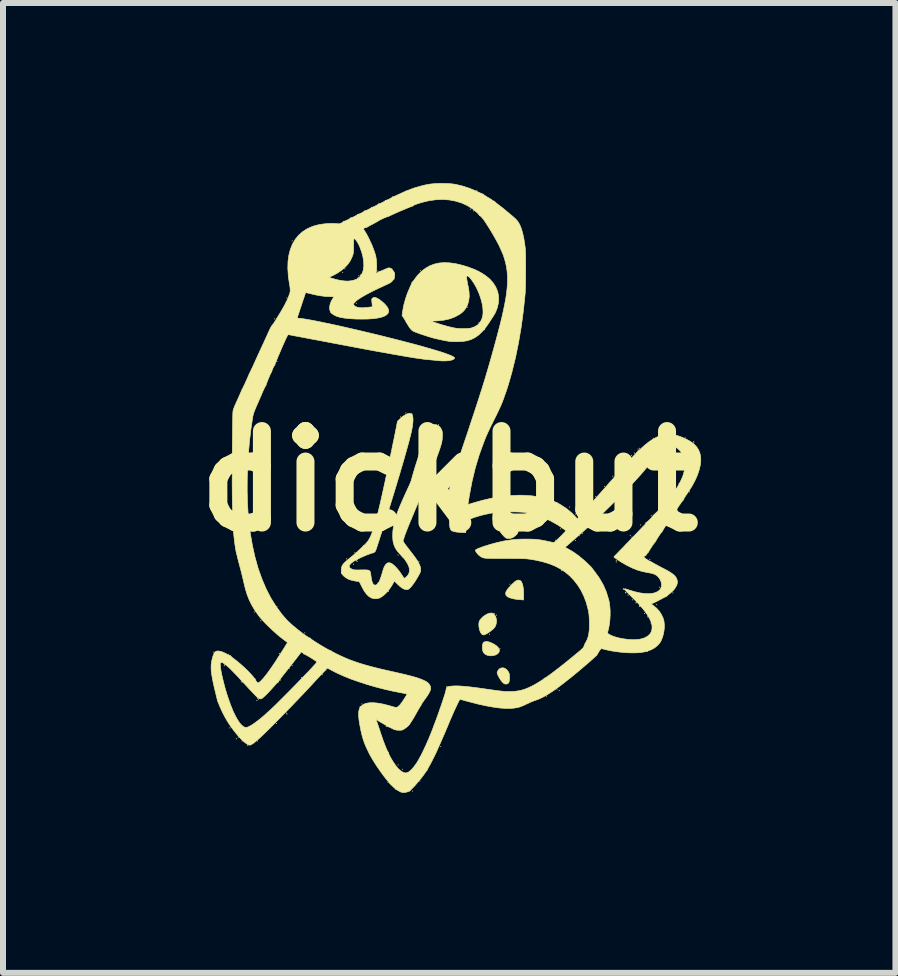
<source format=kicad_pcb>
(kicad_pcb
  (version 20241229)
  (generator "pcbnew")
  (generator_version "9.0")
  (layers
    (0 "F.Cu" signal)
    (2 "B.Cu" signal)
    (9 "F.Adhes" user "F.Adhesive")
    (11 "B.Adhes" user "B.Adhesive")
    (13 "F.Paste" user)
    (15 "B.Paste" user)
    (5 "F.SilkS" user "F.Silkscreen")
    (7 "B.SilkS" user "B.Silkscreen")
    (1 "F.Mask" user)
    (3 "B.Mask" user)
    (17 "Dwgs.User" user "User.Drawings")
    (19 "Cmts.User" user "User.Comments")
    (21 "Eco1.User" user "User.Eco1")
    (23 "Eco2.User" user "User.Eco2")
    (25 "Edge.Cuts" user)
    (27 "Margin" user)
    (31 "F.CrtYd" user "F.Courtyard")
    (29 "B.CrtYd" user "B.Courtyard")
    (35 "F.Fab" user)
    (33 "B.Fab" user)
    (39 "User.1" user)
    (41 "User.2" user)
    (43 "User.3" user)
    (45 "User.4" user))
  (footprint "dickbut"
    (layer "F.Cu")
    (at 4.434 4.966)
    (property "Reference" "dickbut" (at 0 0 0) (layer "F.SilkS") (effects (font (size 1.524 1.524) (thickness 0.3))))
    (attr through_hole)
    (fp_poly (pts (xy -3.919 2.848) (xy -3.922 2.852) (xy -3.926 2.848) (xy -3.922 2.845) (xy -3.919 2.848)) (stroke (width 0.01) (type solid)) (fill yes) (layer "F.SilkS"))
    (fp_poly (pts (xy -3.745 3.073) (xy -3.748 3.077) (xy -3.752 3.073) (xy -3.748 3.07) (xy -3.745 3.073)) (stroke (width 0.01) (type solid)) (fill yes) (layer "F.SilkS"))
    (fp_poly (pts (xy -3.737 3.059) (xy -3.741 3.063) (xy -3.745 3.059) (xy -3.741 3.055) (xy -3.737 3.059)) (stroke (width 0.01) (type solid)) (fill yes) (layer "F.SilkS"))
    (fp_poly (pts (xy -3.672 2.885) (xy -3.676 2.888) (xy -3.679 2.885) (xy -3.676 2.881) (xy -3.672 2.885)) (stroke (width 0.01) (type solid)) (fill yes) (layer "F.SilkS"))
    (fp_poly (pts (xy -3.65 4.111) (xy -3.654 4.115) (xy -3.658 4.111) (xy -3.654 4.108) (xy -3.65 4.111)) (stroke (width 0.01) (type solid)) (fill yes) (layer "F.SilkS"))
    (fp_poly (pts (xy -3.541 4.293) (xy -3.545 4.296) (xy -3.549 4.293) (xy -3.545 4.289) (xy -3.541 4.293)) (stroke (width 0.01) (type solid)) (fill yes) (layer "F.SilkS"))
    (fp_poly (pts (xy -3.512 4.264) (xy -3.516 4.267) (xy -3.52 4.264) (xy -3.516 4.26) (xy -3.512 4.264)) (stroke (width 0.01) (type solid)) (fill yes) (layer "F.SilkS"))
    (fp_poly (pts (xy -3.462 3.335) (xy -3.465 3.338) (xy -3.469 3.335) (xy -3.465 3.331) (xy -3.462 3.335)) (stroke (width 0.01) (type solid)) (fill yes) (layer "F.SilkS"))
    (fp_poly (pts (xy -3.447 3.349) (xy -3.451 3.353) (xy -3.454 3.349) (xy -3.451 3.346) (xy -3.447 3.349)) (stroke (width 0.01) (type solid)) (fill yes) (layer "F.SilkS"))
    (fp_poly (pts (xy -3.447 4.329) (xy -3.451 4.333) (xy -3.454 4.329) (xy -3.451 4.325) (xy -3.447 4.329)) (stroke (width 0.01) (type solid)) (fill yes) (layer "F.SilkS"))
    (fp_poly (pts (xy -3.353 4.401) (xy -3.356 4.405) (xy -3.36 4.401) (xy -3.356 4.398) (xy -3.353 4.401)) (stroke (width 0.01) (type solid)) (fill yes) (layer "F.SilkS"))
    (fp_poly (pts (xy -3.244 2.181) (xy -3.248 2.184) (xy -3.251 2.181) (xy -3.248 2.177) (xy -3.244 2.181)) (stroke (width 0.01) (type solid)) (fill yes) (layer "F.SilkS"))
    (fp_poly (pts (xy -3.2 3.654) (xy -3.204 3.658) (xy -3.208 3.654) (xy -3.204 3.65) (xy -3.2 3.654)) (stroke (width 0.01) (type solid)) (fill yes) (layer "F.SilkS"))
    (fp_poly (pts (xy -3.193 3.618) (xy -3.197 3.621) (xy -3.2 3.618) (xy -3.197 3.614) (xy -3.193 3.618)) (stroke (width 0.01) (type solid)) (fill yes) (layer "F.SilkS"))
    (fp_poly (pts (xy -3.193 4.329) (xy -3.197 4.333) (xy -3.2 4.329) (xy -3.197 4.325) (xy -3.193 4.329)) (stroke (width 0.01) (type solid)) (fill yes) (layer "F.SilkS"))
    (fp_poly (pts (xy -3.171 3.632) (xy -3.175 3.636) (xy -3.179 3.632) (xy -3.175 3.629) (xy -3.171 3.632)) (stroke (width 0.01) (type solid)) (fill yes) (layer "F.SilkS"))
    (fp_poly (pts (xy -3.135 2.326) (xy -3.139 2.33) (xy -3.142 2.326) (xy -3.139 2.322) (xy -3.135 2.326)) (stroke (width 0.01) (type solid)) (fill yes) (layer "F.SilkS"))
    (fp_poly (pts (xy -2.903 -2.703) (xy -2.906 -2.7) (xy -2.91 -2.703) (xy -2.906 -2.707) (xy -2.903 -2.703)) (stroke (width 0.01) (type solid)) (fill yes) (layer "F.SilkS"))
    (fp_poly (pts (xy -2.874 4.039) (xy -2.877 4.042) (xy -2.881 4.039) (xy -2.877 4.035) (xy -2.874 4.039)) (stroke (width 0.01) (type solid)) (fill yes) (layer "F.SilkS"))
    (fp_poly (pts (xy -2.867 -1.992) (xy -2.87 -1.988) (xy -2.874 -1.992) (xy -2.87 -1.996) (xy -2.867 -1.992)) (stroke (width 0.01) (type solid)) (fill yes) (layer "F.SilkS"))
    (fp_poly (pts (xy -2.867 2.086) (xy -2.87 2.09) (xy -2.874 2.086) (xy -2.87 2.083) (xy -2.867 2.086)) (stroke (width 0.01) (type solid)) (fill yes) (layer "F.SilkS"))
    (fp_poly (pts (xy -2.823 2.87) (xy -2.827 2.874) (xy -2.83 2.87) (xy -2.827 2.867) (xy -2.823 2.87)) (stroke (width 0.01) (type solid)) (fill yes) (layer "F.SilkS"))
    (fp_poly (pts (xy -2.809 3.313) (xy -2.812 3.317) (xy -2.816 3.313) (xy -2.812 3.309) (xy -2.809 3.313)) (stroke (width 0.01) (type solid)) (fill yes) (layer "F.SilkS"))
    (fp_poly (pts (xy -2.707 3.864) (xy -2.711 3.868) (xy -2.714 3.864) (xy -2.711 3.861) (xy -2.707 3.864)) (stroke (width 0.01) (type solid)) (fill yes) (layer "F.SilkS"))
    (fp_poly (pts (xy -2.7 -3.052) (xy -2.703 -3.048) (xy -2.707 -3.052) (xy -2.703 -3.055) (xy -2.7 -3.052)) (stroke (width 0.01) (type solid)) (fill yes) (layer "F.SilkS"))
    (fp_poly (pts (xy -2.7 3.879) (xy -2.703 3.883) (xy -2.707 3.879) (xy -2.703 3.875) (xy -2.7 3.879)) (stroke (width 0.01) (type solid)) (fill yes) (layer "F.SilkS"))
    (fp_poly (pts (xy -2.663 3.117) (xy -2.667 3.121) (xy -2.671 3.117) (xy -2.667 3.113) (xy -2.663 3.117)) (stroke (width 0.01) (type solid)) (fill yes) (layer "F.SilkS"))
    (fp_poly (pts (xy -2.613 -4.002) (xy -2.616 -3.999) (xy -2.62 -4.002) (xy -2.616 -4.006) (xy -2.613 -4.002)) (stroke (width 0.01) (type solid)) (fill yes) (layer "F.SilkS"))
    (fp_poly (pts (xy -2.613 3.073) (xy -2.616 3.077) (xy -2.62 3.073) (xy -2.616 3.07) (xy -2.613 3.073)) (stroke (width 0.01) (type solid)) (fill yes) (layer "F.SilkS"))
    (fp_poly (pts (xy -2.46 3.269) (xy -2.464 3.273) (xy -2.467 3.269) (xy -2.464 3.266) (xy -2.46 3.269)) (stroke (width 0.01) (type solid)) (fill yes) (layer "F.SilkS"))
    (fp_poly (pts (xy -2.402 2.529) (xy -2.406 2.533) (xy -2.409 2.529) (xy -2.406 2.525) (xy -2.402 2.529)) (stroke (width 0.01) (type solid)) (fill yes) (layer "F.SilkS"))
    (fp_poly (pts (xy -2.112 3.226) (xy -2.115 3.229) (xy -2.119 3.226) (xy -2.115 3.222) (xy -2.112 3.226)) (stroke (width 0.01) (type solid)) (fill yes) (layer "F.SilkS"))
    (fp_poly (pts (xy -1.967 2.819) (xy -1.97 2.823) (xy -1.974 2.819) (xy -1.97 2.816) (xy -1.967 2.819)) (stroke (width 0.01) (type solid)) (fill yes) (layer "F.SilkS"))
    (fp_poly (pts (xy -1.771 -3.48) (xy -1.774 -3.476) (xy -1.778 -3.48) (xy -1.774 -3.483) (xy -1.771 -3.48)) (stroke (width 0.01) (type solid)) (fill yes) (layer "F.SilkS"))
    (fp_poly (pts (xy -1.734 -3.538) (xy -1.738 -3.534) (xy -1.742 -3.538) (xy -1.738 -3.541) (xy -1.734 -3.538)) (stroke (width 0.01) (type solid)) (fill yes) (layer "F.SilkS"))
    (fp_poly (pts (xy -1.705 1.295) (xy -1.709 1.299) (xy -1.713 1.295) (xy -1.709 1.292) (xy -1.705 1.295)) (stroke (width 0.01) (type solid)) (fill yes) (layer "F.SilkS"))
    (fp_poly (pts (xy -1.589 1.382) (xy -1.593 1.386) (xy -1.597 1.382) (xy -1.593 1.379) (xy -1.589 1.382)) (stroke (width 0.01) (type solid)) (fill yes) (layer "F.SilkS"))
    (fp_poly (pts (xy -1.568 1.187) (xy -1.571 1.19) (xy -1.575 1.187) (xy -1.571 1.183) (xy -1.568 1.187)) (stroke (width 0.01) (type solid)) (fill yes) (layer "F.SilkS"))
    (fp_poly (pts (xy -1.546 -2.965) (xy -1.549 -2.961) (xy -1.553 -2.965) (xy -1.549 -2.968) (xy -1.546 -2.965)) (stroke (width 0.01) (type solid)) (fill yes) (layer "F.SilkS"))
    (fp_poly (pts (xy -1.539 1.324) (xy -1.542 1.328) (xy -1.546 1.324) (xy -1.542 1.321) (xy -1.539 1.324)) (stroke (width 0.01) (type solid)) (fill yes) (layer "F.SilkS"))
    (fp_poly (pts (xy -1.531 1.339) (xy -1.535 1.343) (xy -1.539 1.339) (xy -1.535 1.335) (xy -1.531 1.339)) (stroke (width 0.01) (type solid)) (fill yes) (layer "F.SilkS"))
    (fp_poly (pts (xy -1.517 -3.385) (xy -1.52 -3.382) (xy -1.524 -3.385) (xy -1.52 -3.389) (xy -1.517 -3.385)) (stroke (width 0.01) (type solid)) (fill yes) (layer "F.SilkS"))
    (fp_poly (pts (xy -1.502 -3.422) (xy -1.506 -3.418) (xy -1.509 -3.422) (xy -1.506 -3.425) (xy -1.502 -3.422)) (stroke (width 0.01) (type solid)) (fill yes) (layer "F.SilkS"))
    (fp_poly (pts (xy -1.451 3.712) (xy -1.455 3.716) (xy -1.459 3.712) (xy -1.455 3.708) (xy -1.451 3.712)) (stroke (width 0.01) (type solid)) (fill yes) (layer "F.SilkS"))
    (fp_poly (pts (xy -1.197 -3.502) (xy -1.201 -3.498) (xy -1.205 -3.502) (xy -1.201 -3.505) (xy -1.197 -3.502)) (stroke (width 0.01) (type solid)) (fill yes) (layer "F.SilkS"))
    (fp_poly (pts (xy -1.045 4.089) (xy -1.049 4.093) (xy -1.052 4.089) (xy -1.049 4.086) (xy -1.045 4.089)) (stroke (width 0.01) (type solid)) (fill yes) (layer "F.SilkS"))
    (fp_poly (pts (xy -1.016 5.018) (xy -1.02 5.022) (xy -1.023 5.018) (xy -1.02 5.015) (xy -1.016 5.018)) (stroke (width 0.01) (type solid)) (fill yes) (layer "F.SilkS"))
    (fp_poly (pts (xy -1.009 1.84) (xy -1.012 1.843) (xy -1.016 1.84) (xy -1.012 1.836) (xy -1.009 1.84)) (stroke (width 0.01) (type solid)) (fill yes) (layer "F.SilkS"))
    (fp_poly (pts (xy -0.849 1.23) (xy -0.853 1.234) (xy -0.856 1.23) (xy -0.853 1.226) (xy -0.849 1.23)) (stroke (width 0.01) (type solid)) (fill yes) (layer "F.SilkS"))
    (fp_poly (pts (xy -0.849 4.728) (xy -0.853 4.732) (xy -0.856 4.728) (xy -0.853 4.724) (xy -0.849 4.728)) (stroke (width 0.01) (type solid)) (fill yes) (layer "F.SilkS"))
    (fp_poly (pts (xy -0.806 -1.07) (xy -0.809 -1.067) (xy -0.813 -1.07) (xy -0.809 -1.074) (xy -0.806 -1.07)) (stroke (width 0.01) (type solid)) (fill yes) (layer "F.SilkS"))
    (fp_poly (pts (xy -0.777 4.801) (xy -0.78 4.804) (xy -0.784 4.801) (xy -0.78 4.797) (xy -0.777 4.801)) (stroke (width 0.01) (type solid)) (fill yes) (layer "F.SilkS"))
    (fp_poly (pts (xy -0.718 -1.136) (xy -0.722 -1.132) (xy -0.726 -1.136) (xy -0.722 -1.139) (xy -0.718 -1.136)) (stroke (width 0.01) (type solid)) (fill yes) (layer "F.SilkS"))
    (fp_poly (pts (xy -0.61 5.163) (xy -0.613 5.167) (xy -0.617 5.163) (xy -0.613 5.16) (xy -0.61 5.163)) (stroke (width 0.01) (type solid)) (fill yes) (layer "F.SilkS"))
    (fp_poly (pts (xy -0.501 1.339) (xy -0.504 1.343) (xy -0.508 1.339) (xy -0.504 1.335) (xy -0.501 1.339)) (stroke (width 0.01) (type solid)) (fill yes) (layer "F.SilkS"))
    (fp_poly (pts (xy -0.486 4.997) (xy -0.49 5) (xy -0.493 4.997) (xy -0.49 4.993) (xy -0.486 4.997)) (stroke (width 0.01) (type solid)) (fill yes) (layer "F.SilkS"))
    (fp_poly (pts (xy -0.479 -3.509) (xy -0.483 -3.505) (xy -0.486 -3.509) (xy -0.483 -3.512) (xy -0.479 -3.509)) (stroke (width 0.01) (type solid)) (fill yes) (layer "F.SilkS"))
    (fp_poly (pts (xy -0.174 -0.94) (xy -0.178 -0.936) (xy -0.181 -0.94) (xy -0.178 -0.943) (xy -0.174 -0.94)) (stroke (width 0.01) (type solid)) (fill yes) (layer "F.SilkS"))
    (fp_poly (pts (xy -0.138 4.423) (xy -0.142 4.427) (xy -0.145 4.423) (xy -0.142 4.42) (xy -0.138 4.423)) (stroke (width 0.01) (type solid)) (fill yes) (layer "F.SilkS"))
    (fp_poly (pts (xy -0.036 3.422) (xy -0.04 3.425) (xy -0.044 3.422) (xy -0.04 3.418) (xy -0.036 3.422)) (stroke (width 0.01) (type solid)) (fill yes) (layer "F.SilkS"))
    (fp_poly (pts (xy 0.305 -2.899) (xy 0.301 -2.896) (xy 0.298 -2.899) (xy 0.301 -2.903) (xy 0.305 -2.899)) (stroke (width 0.01) (type solid)) (fill yes) (layer "F.SilkS"))
    (fp_poly (pts (xy 0.356 -4.532) (xy 0.352 -4.528) (xy 0.348 -4.532) (xy 0.352 -4.536) (xy 0.356 -4.532)) (stroke (width 0.01) (type solid)) (fill yes) (layer "F.SilkS"))
    (fp_poly (pts (xy 0.406 -4.503) (xy 0.403 -4.499) (xy 0.399 -4.503) (xy 0.403 -4.507) (xy 0.406 -4.503)) (stroke (width 0.01) (type solid)) (fill yes) (layer "F.SilkS"))
    (fp_poly (pts (xy 0.464 -4.844) (xy 0.461 -4.841) (xy 0.457 -4.844) (xy 0.461 -4.848) (xy 0.464 -4.844)) (stroke (width 0.01) (type solid)) (fill yes) (layer "F.SilkS"))
    (fp_poly (pts (xy 0.501 -2.645) (xy 0.497 -2.642) (xy 0.493 -2.645) (xy 0.497 -2.649) (xy 0.501 -2.645)) (stroke (width 0.01) (type solid)) (fill yes) (layer "F.SilkS"))
    (fp_poly (pts (xy 0.675 2.551) (xy 0.671 2.555) (xy 0.668 2.551) (xy 0.671 2.547) (xy 0.675 2.551)) (stroke (width 0.01) (type solid)) (fill yes) (layer "F.SilkS"))
    (fp_poly (pts (xy 0.755 2.203) (xy 0.751 2.206) (xy 0.747 2.203) (xy 0.751 2.199) (xy 0.755 2.203)) (stroke (width 0.01) (type solid)) (fill yes) (layer "F.SilkS"))
    (fp_poly (pts (xy 0.791 2.232) (xy 0.787 2.235) (xy 0.784 2.232) (xy 0.787 2.228) (xy 0.791 2.232)) (stroke (width 0.01) (type solid)) (fill yes) (layer "F.SilkS"))
    (fp_poly (pts (xy 0.849 2.79) (xy 0.845 2.794) (xy 0.842 2.79) (xy 0.845 2.787) (xy 0.849 2.79)) (stroke (width 0.01) (type solid)) (fill yes) (layer "F.SilkS"))
    (fp_poly (pts (xy 1.016 1.716) (xy 1.012 1.72) (xy 1.009 1.716) (xy 1.012 1.713) (xy 1.016 1.716)) (stroke (width 0.01) (type solid)) (fill yes) (layer "F.SilkS"))
    (fp_poly (pts (xy 1.626 3.581) (xy 1.622 3.585) (xy 1.618 3.581) (xy 1.622 3.578) (xy 1.626 3.581)) (stroke (width 0.01) (type solid)) (fill yes) (layer "F.SilkS"))
    (fp_poly (pts (xy 1.778 0.983) (xy 1.774 0.987) (xy 1.771 0.983) (xy 1.774 0.98) (xy 1.778 0.983)) (stroke (width 0.01) (type solid)) (fill yes) (layer "F.SilkS"))
    (fp_poly (pts (xy 1.8 3.465) (xy 1.796 3.469) (xy 1.793 3.465) (xy 1.796 3.462) (xy 1.8 3.465)) (stroke (width 0.01) (type solid)) (fill yes) (layer "F.SilkS"))
    (fp_poly (pts (xy 1.836 3.487) (xy 1.832 3.491) (xy 1.829 3.487) (xy 1.832 3.483) (xy 1.836 3.487)) (stroke (width 0.01) (type solid)) (fill yes) (layer "F.SilkS"))
    (fp_poly (pts (xy 1.858 0.795) (xy 1.854 0.798) (xy 1.851 0.795) (xy 1.854 0.791) (xy 1.858 0.795)) (stroke (width 0.01) (type solid)) (fill yes) (layer "F.SilkS"))
    (fp_poly (pts (xy 1.872 1.491) (xy 1.869 1.495) (xy 1.865 1.491) (xy 1.869 1.488) (xy 1.872 1.491)) (stroke (width 0.01) (type solid)) (fill yes) (layer "F.SilkS"))
    (fp_poly (pts (xy 2.01 0.432) (xy 2.007 0.435) (xy 2.003 0.432) (xy 2.007 0.428) (xy 2.01 0.432)) (stroke (width 0.01) (type solid)) (fill yes) (layer "F.SilkS"))
    (fp_poly (pts (xy 2.105 0.991) (xy 2.101 0.994) (xy 2.097 0.991) (xy 2.101 0.987) (xy 2.105 0.991)) (stroke (width 0.01) (type solid)) (fill yes) (layer "F.SilkS"))
    (fp_poly (pts (xy 2.112 0.548) (xy 2.108 0.552) (xy 2.105 0.548) (xy 2.108 0.544) (xy 2.112 0.548)) (stroke (width 0.01) (type solid)) (fill yes) (layer "F.SilkS"))
    (fp_poly (pts (xy 2.17 0.584) (xy 2.166 0.588) (xy 2.163 0.584) (xy 2.166 0.581) (xy 2.17 0.584)) (stroke (width 0.01) (type solid)) (fill yes) (layer "F.SilkS"))
    (fp_poly (pts (xy 2.177 0.911) (xy 2.174 0.914) (xy 2.17 0.911) (xy 2.174 0.907) (xy 2.177 0.911)) (stroke (width 0.01) (type solid)) (fill yes) (layer "F.SilkS"))
    (fp_poly (pts (xy 2.221 0.874) (xy 2.217 0.878) (xy 2.213 0.874) (xy 2.217 0.871) (xy 2.221 0.874)) (stroke (width 0.01) (type solid)) (fill yes) (layer "F.SilkS"))
    (fp_poly (pts (xy 2.242 0.49) (xy 2.239 0.493) (xy 2.235 0.49) (xy 2.239 0.486) (xy 2.242 0.49)) (stroke (width 0.01) (type solid)) (fill yes) (layer "F.SilkS"))
    (fp_poly (pts (xy 2.264 0.446) (xy 2.261 0.45) (xy 2.257 0.446) (xy 2.261 0.443) (xy 2.264 0.446)) (stroke (width 0.01) (type solid)) (fill yes) (layer "F.SilkS"))
    (fp_poly (pts (xy 2.366 0.737) (xy 2.362 0.74) (xy 2.359 0.737) (xy 2.362 0.733) (xy 2.366 0.737)) (stroke (width 0.01) (type solid)) (fill yes) (layer "F.SilkS"))
    (fp_poly (pts (xy 2.446 0.258) (xy 2.442 0.261) (xy 2.438 0.258) (xy 2.442 0.254) (xy 2.446 0.258)) (stroke (width 0.01) (type solid)) (fill yes) (layer "F.SilkS"))
    (fp_poly (pts (xy 2.496 0.62) (xy 2.493 0.624) (xy 2.489 0.62) (xy 2.493 0.617) (xy 2.496 0.62)) (stroke (width 0.01) (type solid)) (fill yes) (layer "F.SilkS"))
    (fp_poly (pts (xy 2.591 0.091) (xy 2.587 0.094) (xy 2.584 0.091) (xy 2.587 0.087) (xy 2.591 0.091)) (stroke (width 0.01) (type solid)) (fill yes) (layer "F.SilkS"))
    (fp_poly (pts (xy 2.729 -0.083) (xy 2.725 -0.08) (xy 2.721 -0.083) (xy 2.725 -0.087) (xy 2.729 -0.083)) (stroke (width 0.01) (type solid)) (fill yes) (layer "F.SilkS"))
    (fp_poly (pts (xy 2.787 1.324) (xy 2.783 1.328) (xy 2.779 1.324) (xy 2.783 1.321) (xy 2.787 1.324)) (stroke (width 0.01) (type solid)) (fill yes) (layer "F.SilkS"))
    (fp_poly (pts (xy 2.787 1.346) (xy 2.783 1.35) (xy 2.779 1.346) (xy 2.783 1.343) (xy 2.787 1.346)) (stroke (width 0.01) (type solid)) (fill yes) (layer "F.SilkS"))
    (fp_poly (pts (xy 2.881 0.265) (xy 2.877 0.269) (xy 2.874 0.265) (xy 2.877 0.261) (xy 2.881 0.265)) (stroke (width 0.01) (type solid)) (fill yes) (layer "F.SilkS"))
    (fp_poly (pts (xy 2.903 1.789) (xy 2.899 1.793) (xy 2.896 1.789) (xy 2.899 1.785) (xy 2.903 1.789)) (stroke (width 0.01) (type solid)) (fill yes) (layer "F.SilkS"))
    (fp_poly (pts (xy 2.91 1.803) (xy 2.906 1.807) (xy 2.903 1.803) (xy 2.906 1.8) (xy 2.91 1.803)) (stroke (width 0.01) (type solid)) (fill yes) (layer "F.SilkS"))
    (fp_poly (pts (xy 2.983 1.898) (xy 2.979 1.901) (xy 2.975 1.898) (xy 2.979 1.894) (xy 2.983 1.898)) (stroke (width 0.01) (type solid)) (fill yes) (layer "F.SilkS"))
    (fp_poly (pts (xy 3.019 0.904) (xy 3.015 0.907) (xy 3.012 0.904) (xy 3.015 0.9) (xy 3.019 0.904)) (stroke (width 0.01) (type solid)) (fill yes) (layer "F.SilkS"))
    (fp_poly (pts (xy 3.041 -0.425) (xy 3.037 -0.421) (xy 3.033 -0.425) (xy 3.037 -0.428) (xy 3.041 -0.425)) (stroke (width 0.01) (type solid)) (fill yes) (layer "F.SilkS"))
    (fp_poly (pts (xy 3.048 0.933) (xy 3.044 0.936) (xy 3.041 0.933) (xy 3.044 0.929) (xy 3.048 0.933)) (stroke (width 0.01) (type solid)) (fill yes) (layer "F.SilkS"))
    (fp_poly (pts (xy 3.055 1.978) (xy 3.052 1.981) (xy 3.048 1.978) (xy 3.052 1.974) (xy 3.055 1.978)) (stroke (width 0.01) (type solid)) (fill yes) (layer "F.SilkS"))
    (fp_poly (pts (xy 3.092 -0.468) (xy 3.088 -0.464) (xy 3.084 -0.468) (xy 3.088 -0.472) (xy 3.092 -0.468)) (stroke (width 0.01) (type solid)) (fill yes) (layer "F.SilkS"))
    (fp_poly (pts (xy 3.15 -0.533) (xy 3.146 -0.53) (xy 3.142 -0.533) (xy 3.146 -0.537) (xy 3.15 -0.533)) (stroke (width 0.01) (type solid)) (fill yes) (layer "F.SilkS"))
    (fp_poly (pts (xy 3.171 -0.548) (xy 3.168 -0.544) (xy 3.164 -0.548) (xy 3.168 -0.552) (xy 3.171 -0.548)) (stroke (width 0.01) (type solid)) (fill yes) (layer "F.SilkS"))
    (fp_poly (pts (xy 3.193 0.729) (xy 3.19 0.733) (xy 3.186 0.729) (xy 3.19 0.726) (xy 3.193 0.729)) (stroke (width 0.01) (type solid)) (fill yes) (layer "F.SilkS"))
    (fp_poly (pts (xy 3.258 2.203) (xy 3.255 2.206) (xy 3.251 2.203) (xy 3.255 2.199) (xy 3.258 2.203)) (stroke (width 0.01) (type solid)) (fill yes) (layer "F.SilkS"))
    (fp_poly (pts (xy 3.309 2.261) (xy 3.306 2.264) (xy 3.302 2.261) (xy 3.306 2.257) (xy 3.309 2.261)) (stroke (width 0.01) (type solid)) (fill yes) (layer "F.SilkS"))
    (fp_poly (pts (xy 3.346 1.303) (xy 3.342 1.306) (xy 3.338 1.303) (xy 3.342 1.299) (xy 3.346 1.303)) (stroke (width 0.01) (type solid)) (fill yes) (layer "F.SilkS"))
    (fp_poly (pts (xy 3.367 0.577) (xy 3.364 0.581) (xy 3.36 0.577) (xy 3.364 0.573) (xy 3.367 0.577)) (stroke (width 0.01) (type solid)) (fill yes) (layer "F.SilkS"))
    (fp_poly (pts (xy 3.404 -0.715) (xy 3.4 -0.711) (xy 3.396 -0.715) (xy 3.4 -0.718) (xy 3.404 -0.715)) (stroke (width 0.01) (type solid)) (fill yes) (layer "F.SilkS"))
    (fp_poly (pts (xy 3.454 2.057) (xy 3.451 2.061) (xy 3.447 2.057) (xy 3.451 2.054) (xy 3.454 2.057)) (stroke (width 0.01) (type solid)) (fill yes) (layer "F.SilkS"))
    (fp_poly (pts (xy 3.505 1.767) (xy 3.502 1.771) (xy 3.498 1.767) (xy 3.502 1.763) (xy 3.505 1.767)) (stroke (width 0.01) (type solid)) (fill yes) (layer "F.SilkS"))
    (fp_poly (pts (xy 3.73 1.861) (xy 3.727 1.865) (xy 3.723 1.861) (xy 3.727 1.858) (xy 3.73 1.861)) (stroke (width 0.01) (type solid)) (fill yes) (layer "F.SilkS"))
    (fp_poly (pts (xy 3.933 -0.722) (xy 3.93 -0.718) (xy 3.926 -0.722) (xy 3.93 -0.726) (xy 3.933 -0.722)) (stroke (width 0.01) (type solid)) (fill yes) (layer "F.SilkS"))
    (fp_poly (pts (xy 4.006 0.178) (xy 4.002 0.181) (xy 3.999 0.178) (xy 4.002 0.174) (xy 4.006 0.178)) (stroke (width 0.01) (type solid)) (fill yes) (layer "F.SilkS"))
    (fp_poly (pts (xy 2.938 1.854) (xy 2.946 1.861) (xy 2.944 1.865) (xy 2.943 1.865) (xy 2.937 1.86) (xy 2.935 1.857) (xy 2.934 1.852) (xy 2.938 1.854)) (stroke (width 0.01) (type solid)) (fill yes) (layer "F.SilkS"))
    (fp_poly (pts (xy 4.07 -0.657) (xy 4.078 -0.651) (xy 4.079 -0.649) (xy 4.075 -0.646) (xy 4.068 -0.653) (xy 4.067 -0.654) (xy 4.066 -0.659) (xy 4.07 -0.657)) (stroke (width 0.01) (type solid)) (fill yes) (layer "F.SilkS"))
    (fp_poly (pts (xy 3.118 2.022) (xy 3.117 2.025) (xy 3.11 2.032) (xy 3.109 2.032) (xy 3.108 2.027) (xy 3.11 2.025) (xy 3.117 2.018) (xy 3.118 2.017) (xy 3.118 2.022)) (stroke (width 0.01) (type solid)) (fill yes) (layer "F.SilkS"))
    (fp_poly (pts (xy 0.635 2.672) (xy 0.665 2.679) (xy 0.7 2.693) (xy 0.738 2.711) (xy 0.772 2.732) (xy 0.797 2.751) (xy 0.824 2.782) (xy 0.836 2.811) (xy 0.834 2.839) (xy 0.818 2.865) (xy 0.806 2.876) (xy 0.774 2.895) (xy 0.734 2.906) (xy 0.691 2.91) (xy 0.649 2.905) (xy 0.635 2.901) (xy 0.6 2.884) (xy 0.575 2.861) (xy 0.559 2.829) (xy 0.552 2.787) (xy 0.552 2.763) (xy 0.555 2.723) (xy 0.565 2.695) (xy 0.584 2.678) (xy 0.611 2.672) (xy 0.635 2.672)) (stroke (width 0.01) (type solid)) (fill yes) (layer "F.SilkS"))
    (fp_poly (pts (xy 0.928 3.118) (xy 0.959 3.141) (xy 0.985 3.175) (xy 0.991 3.186) (xy 0.999 3.205) (xy 1.003 3.231) (xy 1.005 3.266) (xy 1.005 3.274) (xy 1.003 3.317) (xy 0.996 3.347) (xy 0.984 3.367) (xy 0.965 3.377) (xy 0.948 3.38) (xy 0.931 3.38) (xy 0.916 3.374) (xy 0.899 3.361) (xy 0.89 3.353) (xy 0.872 3.332) (xy 0.852 3.305) (xy 0.832 3.273) (xy 0.816 3.242) (xy 0.804 3.214) (xy 0.798 3.194) (xy 0.798 3.192) (xy 0.804 3.169) (xy 0.819 3.145) (xy 0.84 3.124) (xy 0.859 3.114) (xy 0.894 3.109) (xy 0.928 3.118)) (stroke (width 0.01) (type solid)) (fill yes) (layer "F.SilkS"))
    (fp_poly (pts (xy 0.717 2.198) (xy 0.733 2.205) (xy 0.749 2.22) (xy 0.752 2.222) (xy 0.773 2.255) (xy 0.785 2.296) (xy 0.788 2.341) (xy 0.781 2.385) (xy 0.764 2.426) (xy 0.762 2.429) (xy 0.746 2.45) (xy 0.721 2.473) (xy 0.69 2.498) (xy 0.658 2.521) (xy 0.626 2.541) (xy 0.597 2.555) (xy 0.576 2.562) (xy 0.573 2.562) (xy 0.554 2.557) (xy 0.539 2.545) (xy 0.521 2.518) (xy 0.506 2.481) (xy 0.497 2.438) (xy 0.493 2.394) (xy 0.496 2.352) (xy 0.496 2.349) (xy 0.508 2.32) (xy 0.531 2.29) (xy 0.561 2.26) (xy 0.597 2.234) (xy 0.634 2.213) (xy 0.671 2.2) (xy 0.695 2.197) (xy 0.717 2.198)) (stroke (width 0.01) (type solid)) (fill yes) (layer "F.SilkS"))
    (fp_poly (pts (xy 1.169 1.65) (xy 1.18 1.654) (xy 1.199 1.67) (xy 1.214 1.699) (xy 1.226 1.739) (xy 1.235 1.789) (xy 1.24 1.849) (xy 1.24 1.903) (xy 1.24 1.934) (xy 1.239 1.96) (xy 1.239 1.976) (xy 1.238 1.98) (xy 1.231 1.979) (xy 1.213 1.977) (xy 1.186 1.975) (xy 1.168 1.974) (xy 1.101 1.966) (xy 1.044 1.954) (xy 0.999 1.94) (xy 0.966 1.922) (xy 0.947 1.901) (xy 0.946 1.9) (xy 0.939 1.871) (xy 0.945 1.843) (xy 0.956 1.827) (xy 0.963 1.817) (xy 0.963 1.814) (xy 0.965 1.809) (xy 0.975 1.796) (xy 0.992 1.776) (xy 1.016 1.75) (xy 1.044 1.721) (xy 1.057 1.708) (xy 1.091 1.676) (xy 1.12 1.657) (xy 1.145 1.648) (xy 1.169 1.65)) (stroke (width 0.01) (type solid)) (fill yes) (layer "F.SilkS"))
    (fp_poly (pts (xy 0.932 0.64) (xy 0.982 0.655) (xy 0.99 0.659) (xy 1.014 0.67) (xy 1.032 0.677) (xy 1.04 0.68) (xy 1.041 0.68) (xy 1.047 0.684) (xy 1.06 0.697) (xy 1.079 0.715) (xy 1.094 0.729) (xy 1.121 0.758) (xy 1.138 0.78) (xy 1.147 0.799) (xy 1.149 0.807) (xy 1.149 0.842) (xy 1.134 0.876) (xy 1.106 0.906) (xy 1.066 0.936) (xy 1.025 0.952) (xy 0.983 0.956) (xy 0.959 0.953) (xy 0.942 0.945) (xy 0.92 0.927) (xy 0.897 0.903) (xy 0.874 0.876) (xy 0.854 0.849) (xy 0.847 0.836) (xy 0.836 0.813) (xy 0.823 0.782) (xy 0.81 0.749) (xy 0.799 0.716) (xy 0.79 0.687) (xy 0.785 0.666) (xy 0.784 0.659) (xy 0.788 0.651) (xy 0.802 0.645) (xy 0.818 0.641) (xy 0.879 0.636) (xy 0.932 0.64)) (stroke (width 0.01) (type solid)) (fill yes) (layer "F.SilkS"))
    (fp_poly (pts (xy 0.008 -3.637) (xy 0.109 -3.623) (xy 0.218 -3.597) (xy 0.319 -3.566) (xy 0.427 -3.525) (xy 0.522 -3.478) (xy 0.605 -3.425) (xy 0.675 -3.368) (xy 0.731 -3.305) (xy 0.775 -3.236) (xy 0.805 -3.164) (xy 0.817 -3.112) (xy 0.824 -3.038) (xy 0.818 -2.96) (xy 0.799 -2.883) (xy 0.77 -2.809) (xy 0.768 -2.807) (xy 0.757 -2.786) (xy 0.739 -2.756) (xy 0.716 -2.721) (xy 0.691 -2.682) (xy 0.666 -2.643) (xy 0.641 -2.607) (xy 0.62 -2.577) (xy 0.604 -2.555) (xy 0.603 -2.555) (xy 0.594 -2.541) (xy 0.592 -2.532) (xy 0.592 -2.532) (xy 0.59 -2.524) (xy 0.587 -2.521) (xy 0.582 -2.52) (xy 0.585 -2.526) (xy 0.583 -2.526) (xy 0.573 -2.517) (xy 0.557 -2.5) (xy 0.548 -2.49) (xy 0.491 -2.435) (xy 0.431 -2.393) (xy 0.368 -2.361) (xy 0.298 -2.339) (xy 0.22 -2.327) (xy 0.131 -2.323) (xy 0.125 -2.323) (xy 0.087 -2.324) (xy 0.054 -2.325) (xy 0.027 -2.326) (xy 0.011 -2.327) (xy 0.011 -2.327) (xy -0.024 -2.333) (xy -0.069 -2.341) (xy -0.119 -2.351) (xy -0.17 -2.362) (xy -0.218 -2.373) (xy -0.251 -2.381) (xy -0.292 -2.392) (xy -0.339 -2.406) (xy -0.388 -2.422) (xy -0.438 -2.438) (xy -0.486 -2.454) (xy -0.529 -2.47) (xy -0.565 -2.483) (xy -0.592 -2.495) (xy -0.608 -2.503) (xy -0.609 -2.503) (xy -0.637 -2.529) (xy -0.667 -2.567) (xy -0.693 -2.609) (xy -0.705 -2.629) (xy -0.714 -2.644) (xy -0.718 -2.649) (xy -0.723 -2.658) (xy -0.724 -2.663) (xy -0.727 -2.667) (xy -0.311 -2.667) (xy -0.197 -2.629) (xy -0.118 -2.604) (xy -0.04 -2.582) (xy 0.031 -2.564) (xy 0.094 -2.551) (xy 0.109 -2.548) (xy 0.145 -2.544) (xy 0.189 -2.542) (xy 0.236 -2.541) (xy 0.283 -2.542) (xy 0.324 -2.545) (xy 0.357 -2.549) (xy 0.365 -2.551) (xy 0.425 -2.573) (xy 0.475 -2.604) (xy 0.513 -2.645) (xy 0.541 -2.695) (xy 0.559 -2.756) (xy 0.559 -2.758) (xy 0.564 -2.817) (xy 0.56 -2.884) (xy 0.548 -2.958) (xy 0.528 -3.036) (xy 0.501 -3.116) (xy 0.466 -3.196) (xy 0.456 -3.217) (xy 0.431 -3.264) (xy 0.404 -3.308) (xy 0.377 -3.347) (xy 0.352 -3.379) (xy 0.329 -3.403) (xy 0.311 -3.416) (xy 0.302 -3.418) (xy 0.295 -3.417) (xy 0.291 -3.41) (xy 0.291 -3.396) (xy 0.292 -3.373) (xy 0.296 -3.346) (xy 0.302 -3.311) (xy 0.309 -3.272) (xy 0.315 -3.248) (xy 0.33 -3.16) (xy 0.334 -3.078) (xy 0.325 -3.004) (xy 0.305 -2.937) (xy 0.283 -2.893) (xy 0.256 -2.853) (xy 0.227 -2.821) (xy 0.191 -2.792) (xy 0.167 -2.776) (xy 0.092 -2.735) (xy 0.009 -2.704) (xy -0.083 -2.683) (xy -0.186 -2.671) (xy -0.241 -2.669) (xy -0.311 -2.667) (xy -0.727 -2.667) (xy -0.729 -2.674) (xy -0.741 -2.692) (xy -0.756 -2.715) (xy -0.756 -2.716) (xy -0.786 -2.759) (xy -0.777 -2.825) (xy -0.759 -2.925) (xy -0.731 -3.029) (xy -0.697 -3.13) (xy -0.657 -3.223) (xy -0.651 -3.237) (xy -0.638 -3.265) (xy -0.628 -3.288) (xy -0.622 -3.304) (xy -0.622 -3.308) (xy -0.62 -3.314) (xy -0.619 -3.313) (xy -0.613 -3.317) (xy -0.602 -3.33) (xy -0.589 -3.347) (xy -0.529 -3.428) (xy -0.463 -3.495) (xy -0.398 -3.545) (xy -0.328 -3.586) (xy -0.253 -3.615) (xy -0.172 -3.634) (xy -0.086 -3.641) (xy 0.008 -3.637)) (stroke (width 0.01) (type solid)) (fill yes) (layer "F.SilkS"))
    (fp_poly (pts (xy -0.655 -1.129) (xy -0.637 -1.125) (xy -0.626 -1.123) (xy -0.619 -1.12) (xy -0.619 -1.118) (xy -0.617 -1.109) (xy -0.612 -1.092) (xy -0.61 -1.085) (xy -0.604 -1.055) (xy -0.603 -1.013) (xy -0.607 -0.961) (xy -0.615 -0.902) (xy -0.627 -0.837) (xy -0.634 -0.806) (xy -0.651 -0.739) (xy -0.671 -0.659) (xy -0.696 -0.568) (xy -0.725 -0.466) (xy -0.756 -0.355) (xy -0.791 -0.236) (xy -0.828 -0.11) (xy -0.868 0.022) (xy -0.909 0.159) (xy -0.952 0.299) (xy -0.996 0.442) (xy -1.042 0.586) (xy -1.088 0.731) (xy -1.114 0.813) (xy -1.13 0.864) (xy -1.149 0.923) (xy -1.168 0.984) (xy -1.186 1.039) (xy -1.191 1.055) (xy -1.207 1.104) (xy -1.219 1.139) (xy -1.229 1.163) (xy -1.237 1.177) (xy -1.243 1.181) (xy -1.254 1.187) (xy -1.255 1.191) (xy -1.26 1.195) (xy -1.262 1.194) (xy -1.272 1.195) (xy -1.292 1.2) (xy -1.319 1.21) (xy -1.352 1.222) (xy -1.388 1.236) (xy -1.425 1.252) (xy -1.46 1.267) (xy -1.491 1.282) (xy -1.515 1.294) (xy -1.53 1.303) (xy -1.534 1.308) (xy -1.534 1.312) (xy -1.537 1.311) (xy -1.547 1.312) (xy -1.565 1.32) (xy -1.584 1.331) (xy -1.625 1.36) (xy -1.652 1.386) (xy -1.665 1.409) (xy -1.665 1.43) (xy -1.651 1.448) (xy -1.624 1.465) (xy -1.621 1.466) (xy -1.608 1.472) (xy -1.594 1.476) (xy -1.577 1.478) (xy -1.555 1.479) (xy -1.524 1.48) (xy -1.482 1.479) (xy -1.466 1.479) (xy -1.416 1.478) (xy -1.378 1.479) (xy -1.351 1.482) (xy -1.332 1.489) (xy -1.32 1.5) (xy -1.313 1.519) (xy -1.308 1.545) (xy -1.303 1.58) (xy -1.303 1.584) (xy -1.294 1.641) (xy -1.282 1.685) (xy -1.267 1.714) (xy -1.25 1.73) (xy -1.245 1.731) (xy -1.226 1.731) (xy -1.207 1.723) (xy -1.194 1.711) (xy -1.19 1.702) (xy -1.186 1.692) (xy -1.183 1.691) (xy -1.174 1.684) (xy -1.162 1.663) (xy -1.149 1.629) (xy -1.132 1.582) (xy -1.114 1.522) (xy -1.1 1.473) (xy -1.086 1.435) (xy -1.068 1.402) (xy -1.047 1.377) (xy -1.029 1.364) (xy -1.01 1.359) (xy -0.989 1.361) (xy -0.978 1.364) (xy -0.953 1.376) (xy -0.924 1.399) (xy -0.892 1.429) (xy -0.859 1.466) (xy -0.827 1.506) (xy -0.799 1.547) (xy -0.798 1.549) (xy -0.78 1.576) (xy -0.765 1.598) (xy -0.754 1.612) (xy -0.75 1.616) (xy -0.738 1.614) (xy -0.722 1.602) (xy -0.704 1.584) (xy -0.687 1.564) (xy -0.675 1.544) (xy -0.674 1.542) (xy -0.663 1.504) (xy -0.663 1.463) (xy -0.674 1.419) (xy -0.685 1.395) (xy -0.699 1.367) (xy -0.717 1.339) (xy -0.735 1.312) (xy -0.752 1.289) (xy -0.767 1.273) (xy -0.777 1.266) (xy -0.779 1.267) (xy -0.781 1.266) (xy -0.78 1.265) (xy -0.783 1.258) (xy -0.795 1.244) (xy -0.813 1.223) (xy -0.827 1.207) (xy -0.87 1.158) (xy -0.901 1.108) (xy -0.923 1.055) (xy -0.937 0.997) (xy -0.942 0.93) (xy -0.941 0.874) (xy -0.938 0.822) (xy -0.931 0.769) (xy -0.922 0.716) (xy -0.909 0.661) (xy -0.891 0.601) (xy -0.869 0.537) (xy -0.842 0.466) (xy -0.809 0.387) (xy -0.77 0.298) (xy -0.725 0.198) (xy -0.721 0.189) (xy -0.696 0.135) (xy -0.676 0.092) (xy -0.661 0.059) (xy -0.65 0.032) (xy -0.641 0.011) (xy -0.634 -0.008) (xy -0.629 -0.025) (xy -0.624 -0.044) (xy -0.618 -0.066) (xy -0.617 -0.069) (xy -0.613 -0.084) (xy -0.608 -0.103) (xy -0.601 -0.126) (xy -0.592 -0.156) (xy -0.581 -0.193) (xy -0.568 -0.237) (xy -0.551 -0.29) (xy -0.531 -0.353) (xy -0.508 -0.427) (xy -0.481 -0.513) (xy -0.45 -0.611) (xy -0.446 -0.624) (xy -0.438 -0.65) (xy -0.433 -0.67) (xy -0.432 -0.682) (xy -0.432 -0.683) (xy -0.431 -0.69) (xy -0.43 -0.691) (xy -0.424 -0.699) (xy -0.416 -0.719) (xy -0.407 -0.749) (xy -0.395 -0.786) (xy -0.383 -0.829) (xy -0.378 -0.852) (xy -0.37 -0.88) (xy -0.362 -0.903) (xy -0.356 -0.917) (xy -0.355 -0.919) (xy -0.338 -0.93) (xy -0.311 -0.939) (xy -0.279 -0.944) (xy -0.257 -0.945) (xy -0.212 -0.939) (xy -0.175 -0.921) (xy -0.145 -0.89) (xy -0.123 -0.849) (xy -0.116 -0.822) (xy -0.113 -0.785) (xy -0.114 -0.741) (xy -0.117 -0.695) (xy -0.124 -0.65) (xy -0.13 -0.625) (xy -0.142 -0.585) (xy -0.158 -0.533) (xy -0.18 -0.472) (xy -0.205 -0.403) (xy -0.233 -0.328) (xy -0.264 -0.25) (xy -0.296 -0.168) (xy -0.329 -0.087) (xy -0.343 -0.054) (xy -0.361 -0.012) (xy -0.381 0.038) (xy -0.402 0.087) (xy -0.419 0.127) (xy -0.432 0.158) (xy -0.45 0.2) (xy -0.471 0.25) (xy -0.494 0.306) (xy -0.519 0.363) (xy -0.543 0.421) (xy -0.548 0.432) (xy -0.59 0.532) (xy -0.627 0.621) (xy -0.659 0.697) (xy -0.686 0.763) (xy -0.708 0.819) (xy -0.726 0.865) (xy -0.74 0.903) (xy -0.75 0.934) (xy -0.75 0.935) (xy -0.77 0.996) (xy -0.752 1.027) (xy -0.741 1.043) (xy -0.723 1.068) (xy -0.7 1.098) (xy -0.674 1.132) (xy -0.657 1.153) (xy -0.607 1.218) (xy -0.565 1.274) (xy -0.533 1.322) (xy -0.508 1.364) (xy -0.491 1.401) (xy -0.48 1.434) (xy -0.476 1.464) (xy -0.476 1.473) (xy -0.476 1.489) (xy -0.478 1.503) (xy -0.483 1.518) (xy -0.491 1.537) (xy -0.505 1.562) (xy -0.524 1.596) (xy -0.537 1.618) (xy -0.563 1.661) (xy -0.59 1.701) (xy -0.615 1.735) (xy -0.635 1.761) (xy -0.639 1.765) (xy -0.66 1.786) (xy -0.676 1.799) (xy -0.689 1.805) (xy -0.704 1.807) (xy -0.707 1.807) (xy -0.741 1.802) (xy -0.777 1.786) (xy -0.816 1.758) (xy -0.858 1.719) (xy -0.914 1.664) (xy -0.947 1.724) (xy -0.988 1.788) (xy -1.033 1.845) (xy -1.081 1.893) (xy -1.13 1.93) (xy -1.162 1.947) (xy -1.199 1.958) (xy -1.241 1.959) (xy -1.283 1.951) (xy -1.307 1.941) (xy -1.347 1.914) (xy -1.385 1.874) (xy -1.422 1.821) (xy -1.456 1.757) (xy -1.474 1.722) (xy -1.486 1.698) (xy -1.495 1.682) (xy -1.503 1.674) (xy -1.511 1.67) (xy -1.521 1.669) (xy -1.524 1.669) (xy -1.548 1.667) (xy -1.58 1.661) (xy -1.615 1.654) (xy -1.647 1.645) (xy -1.666 1.639) (xy -1.695 1.625) (xy -1.725 1.606) (xy -1.752 1.586) (xy -1.771 1.567) (xy -1.775 1.561) (xy -1.785 1.547) (xy -1.791 1.542) (xy -1.792 1.542) (xy -1.796 1.538) (xy -1.798 1.523) (xy -1.798 1.502) (xy -1.798 1.477) (xy -1.796 1.453) (xy -1.793 1.434) (xy -1.792 1.431) (xy -1.784 1.41) (xy -1.772 1.389) (xy -1.753 1.367) (xy -1.728 1.342) (xy -1.693 1.312) (xy -1.653 1.279) (xy -1.616 1.249) (xy -1.579 1.217) (xy -1.542 1.185) (xy -1.508 1.154) (xy -1.478 1.126) (xy -1.454 1.102) (xy -1.437 1.084) (xy -1.429 1.072) (xy -1.429 1.07) (xy -1.428 1.068) (xy -1.425 1.069) (xy -1.416 1.066) (xy -1.401 1.053) (xy -1.382 1.032) (xy -1.359 1.004) (xy -1.343 0.981) (xy -1.323 0.946) (xy -1.301 0.898) (xy -1.277 0.837) (xy -1.253 0.765) (xy -1.228 0.683) (xy -1.203 0.593) (xy -1.201 0.584) (xy -1.188 0.53) (xy -1.172 0.462) (xy -1.153 0.384) (xy -1.133 0.295) (xy -1.111 0.198) (xy -1.088 0.093) (xy -1.064 -0.017) (xy -1.04 -0.132) (xy -1.015 -0.249) (xy -0.99 -0.368) (xy -0.965 -0.487) (xy -0.941 -0.605) (xy -0.917 -0.72) (xy -0.895 -0.831) (xy -0.884 -0.885) (xy -0.862 -0.998) (xy -0.814 -1.044) (xy -0.779 -1.075) (xy -0.743 -1.099) (xy -0.708 -1.118) (xy -0.678 -1.128) (xy -0.655 -1.129) (xy -0.655 -1.129)) (stroke (width 0.01) (type solid)) (fill yes) (layer "F.SilkS"))
    (fp_poly (pts (xy -0.072 -4.96) (xy 0.003 -4.957) (xy 0.07 -4.95) (xy 0.109 -4.944) (xy 0.222 -4.917) (xy 0.336 -4.88) (xy 0.446 -4.834) (xy 0.469 -4.823) (xy 0.503 -4.807) (xy 0.533 -4.794) (xy 0.555 -4.785) (xy 0.567 -4.781) (xy 0.569 -4.781) (xy 0.573 -4.779) (xy 0.573 -4.777) (xy 0.575 -4.773) (xy 0.581 -4.767) (xy 0.593 -4.759) (xy 0.614 -4.746) (xy 0.643 -4.728) (xy 0.676 -4.709) (xy 0.695 -4.697) (xy 0.717 -4.681) (xy 0.721 -4.679) (xy 0.737 -4.668) (xy 0.748 -4.664) (xy 0.75 -4.664) (xy 0.755 -4.663) (xy 0.755 -4.661) (xy 0.76 -4.655) (xy 0.775 -4.641) (xy 0.798 -4.622) (xy 0.826 -4.6) (xy 0.84 -4.59) (xy 0.871 -4.566) (xy 0.898 -4.545) (xy 0.918 -4.529) (xy 0.93 -4.519) (xy 0.933 -4.517) (xy 0.941 -4.509) (xy 0.958 -4.495) (xy 0.98 -4.477) (xy 0.983 -4.474) (xy 1.04 -4.427) (xy 1.086 -4.387) (xy 1.116 -4.359) (xy 1.148 -4.32) (xy 1.177 -4.269) (xy 1.203 -4.204) (xy 1.225 -4.126) (xy 1.245 -4.034) (xy 1.26 -3.933) (xy 1.264 -3.906) (xy 1.267 -3.878) (xy 1.269 -3.847) (xy 1.271 -3.812) (xy 1.272 -3.771) (xy 1.273 -3.723) (xy 1.273 -3.665) (xy 1.274 -3.595) (xy 1.274 -3.531) (xy 1.273 -3.436) (xy 1.272 -3.349) (xy 1.271 -3.272) (xy 1.269 -3.205) (xy 1.267 -3.15) (xy 1.264 -3.113) (xy 1.236 -2.841) (xy 1.2 -2.573) (xy 1.156 -2.313) (xy 1.105 -2.061) (xy 1.045 -1.819) (xy 1.001 -1.662) (xy 0.985 -1.608) (xy 0.969 -1.557) (xy 0.952 -1.505) (xy 0.932 -1.449) (xy 0.909 -1.384) (xy 0.893 -1.339) (xy 0.878 -1.301) (xy 0.859 -1.256) (xy 0.834 -1.203) (xy 0.805 -1.14) (xy 0.769 -1.067) (xy 0.738 -1.005) (xy 0.707 -0.942) (xy 0.681 -0.89) (xy 0.66 -0.845) (xy 0.642 -0.806) (xy 0.625 -0.769) (xy 0.609 -0.731) (xy 0.593 -0.691) (xy 0.576 -0.648) (xy 0.499 -0.436) (xy 0.433 -0.215) (xy 0.379 0.01) (xy 0.336 0.238) (xy 0.334 0.25) (xy 0.328 0.288) (xy 0.323 0.322) (xy 0.318 0.35) (xy 0.316 0.367) (xy 0.315 0.367) (xy 0.312 0.39) (xy 0.389 0.366) (xy 0.55 0.32) (xy 0.709 0.283) (xy 0.866 0.256) (xy 1.019 0.24) (xy 1.165 0.234) (xy 1.237 0.235) (xy 1.373 0.244) (xy 1.497 0.262) (xy 1.612 0.29) (xy 1.718 0.326) (xy 1.747 0.339) (xy 1.768 0.347) (xy 1.781 0.352) (xy 1.785 0.352) (xy 1.79 0.352) (xy 1.794 0.356) (xy 1.804 0.363) (xy 1.824 0.374) (xy 1.849 0.389) (xy 1.861 0.396) (xy 1.956 0.458) (xy 2.043 0.531) (xy 2.079 0.568) (xy 2.134 0.626) (xy 2.156 0.606) (xy 2.169 0.59) (xy 2.177 0.578) (xy 2.177 0.576) (xy 2.181 0.567) (xy 2.184 0.566) (xy 2.19 0.561) (xy 2.205 0.545) (xy 2.228 0.521) (xy 2.258 0.487) (xy 2.295 0.446) (xy 2.338 0.399) (xy 2.387 0.345) (xy 2.439 0.286) (xy 2.496 0.222) (xy 2.556 0.155) (xy 2.618 0.085) (xy 2.681 0.012) (xy 2.721 -0.032) (xy 2.797 -0.119) (xy 2.865 -0.195) (xy 2.924 -0.262) (xy 2.976 -0.319) (xy 3.022 -0.368) (xy 3.061 -0.409) (xy 3.061 -0.41) (xy 3.088 -0.438) (xy 3.11 -0.462) (xy 3.127 -0.481) (xy 3.136 -0.493) (xy 3.137 -0.495) (xy 3.14 -0.501) (xy 3.142 -0.501) (xy 3.15 -0.505) (xy 3.165 -0.517) (xy 3.18 -0.53) (xy 3.256 -0.598) (xy 3.326 -0.654) (xy 3.391 -0.698) (xy 3.454 -0.732) (xy 3.515 -0.756) (xy 3.575 -0.771) (xy 3.636 -0.778) (xy 3.65 -0.778) (xy 3.704 -0.777) (xy 3.752 -0.771) (xy 3.799 -0.76) (xy 3.851 -0.742) (xy 3.877 -0.732) (xy 3.958 -0.695) (xy 4.025 -0.657) (xy 4.08 -0.616) (xy 4.122 -0.571) (xy 4.154 -0.522) (xy 4.176 -0.467) (xy 4.188 -0.411) (xy 4.191 -0.342) (xy 4.183 -0.266) (xy 4.163 -0.184) (xy 4.134 -0.098) (xy 4.094 -0.008) (xy 4.044 0.084) (xy 3.985 0.177) (xy 3.966 0.204) (xy 3.942 0.24) (xy 3.922 0.271) (xy 3.909 0.295) (xy 3.903 0.31) (xy 3.903 0.313) (xy 3.899 0.318) (xy 3.898 0.318) (xy 3.892 0.323) (xy 3.88 0.337) (xy 3.864 0.359) (xy 3.846 0.385) (xy 3.827 0.412) (xy 3.81 0.439) (xy 3.797 0.461) (xy 3.788 0.478) (xy 3.786 0.484) (xy 3.783 0.491) (xy 3.781 0.491) (xy 3.775 0.496) (xy 3.763 0.511) (xy 3.748 0.533) (xy 3.73 0.559) (xy 3.711 0.587) (xy 3.695 0.613) (xy 3.681 0.636) (xy 3.672 0.652) (xy 3.67 0.658) (xy 3.666 0.665) (xy 3.664 0.665) (xy 3.659 0.671) (xy 3.647 0.685) (xy 3.631 0.707) (xy 3.614 0.733) (xy 3.595 0.761) (xy 3.578 0.787) (xy 3.565 0.81) (xy 3.556 0.826) (xy 3.554 0.832) (xy 3.55 0.839) (xy 3.548 0.84) (xy 3.543 0.845) (xy 3.531 0.86) (xy 3.515 0.881) (xy 3.497 0.907) (xy 3.479 0.935) (xy 3.462 0.961) (xy 3.449 0.984) (xy 3.44 1) (xy 3.437 1.006) (xy 3.434 1.014) (xy 3.432 1.014) (xy 3.426 1.019) (xy 3.415 1.034) (xy 3.399 1.055) (xy 3.381 1.081) (xy 3.363 1.109) (xy 3.346 1.136) (xy 3.332 1.158) (xy 3.324 1.174) (xy 3.321 1.181) (xy 3.318 1.187) (xy 3.316 1.186) (xy 3.31 1.19) (xy 3.299 1.203) (xy 3.291 1.216) (xy 3.276 1.237) (xy 3.262 1.248) (xy 3.259 1.248) (xy 3.244 1.252) (xy 3.242 1.261) (xy 3.253 1.275) (xy 3.253 1.275) (xy 3.27 1.289) (xy 3.291 1.304) (xy 3.314 1.318) (xy 3.334 1.33) (xy 3.35 1.337) (xy 3.356 1.337) (xy 3.36 1.338) (xy 3.36 1.34) (xy 3.366 1.345) (xy 3.384 1.356) (xy 3.411 1.371) (xy 3.446 1.39) (xy 3.486 1.412) (xy 3.526 1.433) (xy 3.592 1.467) (xy 3.645 1.496) (xy 3.688 1.522) (xy 3.722 1.546) (xy 3.748 1.567) (xy 3.767 1.588) (xy 3.782 1.61) (xy 3.788 1.621) (xy 3.8 1.659) (xy 3.801 1.697) (xy 3.789 1.737) (xy 3.764 1.78) (xy 3.747 1.804) (xy 3.725 1.828) (xy 3.698 1.853) (xy 3.671 1.876) (xy 3.65 1.893) (xy 3.634 1.906) (xy 3.627 1.915) (xy 3.626 1.916) (xy 3.622 1.921) (xy 3.619 1.921) (xy 3.61 1.924) (xy 3.59 1.933) (xy 3.564 1.947) (xy 3.532 1.964) (xy 3.523 1.969) (xy 3.488 1.987) (xy 3.454 2.005) (xy 3.424 2.019) (xy 3.403 2.029) (xy 3.402 2.029) (xy 3.382 2.038) (xy 3.37 2.044) (xy 3.368 2.047) (xy 3.373 2.052) (xy 3.388 2.063) (xy 3.404 2.075) (xy 3.454 2.116) (xy 3.499 2.166) (xy 3.536 2.223) (xy 3.564 2.283) (xy 3.577 2.328) (xy 3.584 2.388) (xy 3.583 2.454) (xy 3.574 2.521) (xy 3.558 2.586) (xy 3.536 2.645) (xy 3.512 2.69) (xy 3.472 2.736) (xy 3.422 2.777) (xy 3.366 2.808) (xy 3.326 2.823) (xy 3.308 2.83) (xy 3.299 2.836) (xy 3.299 2.839) (xy 3.297 2.842) (xy 3.293 2.841) (xy 3.28 2.84) (xy 3.259 2.843) (xy 3.247 2.845) (xy 3.189 2.855) (xy 3.119 2.86) (xy 3.041 2.861) (xy 2.957 2.858) (xy 2.869 2.851) (xy 2.78 2.84) (xy 2.692 2.826) (xy 2.608 2.808) (xy 2.539 2.79) (xy 2.53 2.793) (xy 2.517 2.806) (xy 2.499 2.832) (xy 2.497 2.834) (xy 2.483 2.857) (xy 2.473 2.876) (xy 2.468 2.887) (xy 2.467 2.888) (xy 2.462 2.895) (xy 2.447 2.911) (xy 2.422 2.933) (xy 2.391 2.962) (xy 2.352 2.996) (xy 2.309 3.034) (xy 2.262 3.074) (xy 2.212 3.117) (xy 2.16 3.161) (xy 2.108 3.204) (xy 2.057 3.246) (xy 2.008 3.286) (xy 1.999 3.292) (xy 1.906 3.366) (xy 1.821 3.43) (xy 1.744 3.486) (xy 1.674 3.532) (xy 1.61 3.572) (xy 1.55 3.604) (xy 1.494 3.63) (xy 1.441 3.65) (xy 1.431 3.653) (xy 1.398 3.665) (xy 1.358 3.681) (xy 1.318 3.7) (xy 1.291 3.712) (xy 1.231 3.74) (xy 1.178 3.761) (xy 1.127 3.774) (xy 1.073 3.782) (xy 1.023 3.786) (xy 0.937 3.786) (xy 0.838 3.779) (xy 0.729 3.764) (xy 0.608 3.742) (xy 0.476 3.713) (xy 0.334 3.676) (xy 0.28 3.662) (xy 0.245 3.652) (xy 0.215 3.644) (xy 0.193 3.638) (xy 0.182 3.636) (xy 0.181 3.636) (xy 0.174 3.642) (xy 0.163 3.661) (xy 0.147 3.692) (xy 0.127 3.733) (xy 0.103 3.784) (xy 0.076 3.843) (xy 0.047 3.91) (xy 0.015 3.983) (xy -0.014 4.053) (xy -0.05 4.138) (xy -0.082 4.214) (xy -0.112 4.282) (xy -0.14 4.347) (xy -0.169 4.412) (xy -0.199 4.479) (xy -0.2 4.482) (xy -0.227 4.541) (xy -0.258 4.604) (xy -0.29 4.667) (xy -0.32 4.724) (xy -0.331 4.743) (xy -0.347 4.772) (xy -0.36 4.798) (xy -0.369 4.816) (xy -0.372 4.824) (xy -0.376 4.83) (xy -0.379 4.829) (xy -0.384 4.83) (xy -0.385 4.832) (xy -0.389 4.84) (xy -0.4 4.857) (xy -0.415 4.879) (xy -0.433 4.904) (xy -0.451 4.928) (xy -0.467 4.949) (xy -0.479 4.964) (xy -0.483 4.968) (xy -0.491 4.976) (xy -0.505 4.993) (xy -0.523 5.016) (xy -0.532 5.026) (xy -0.557 5.056) (xy -0.586 5.088) (xy -0.613 5.115) (xy -0.616 5.118) (xy -0.635 5.137) (xy -0.649 5.153) (xy -0.656 5.162) (xy -0.656 5.163) (xy -0.657 5.164) (xy -0.657 5.164) (xy -0.666 5.165) (xy -0.683 5.171) (xy -0.692 5.175) (xy -0.731 5.186) (xy -0.774 5.187) (xy -0.799 5.182) (xy -0.816 5.175) (xy -0.838 5.163) (xy -0.847 5.157) (xy -0.866 5.146) (xy -0.881 5.139) (xy -0.885 5.138) (xy -0.893 5.133) (xy -0.894 5.132) (xy -0.9 5.124) (xy -0.914 5.11) (xy -0.935 5.091) (xy -0.945 5.081) (xy -0.966 5.061) (xy -0.982 5.046) (xy -0.991 5.038) (xy -0.991 5.036) (xy -0.994 5.032) (xy -1.004 5.019) (xy -1.012 5.009) (xy -1.055 4.958) (xy -1.102 4.897) (xy -1.151 4.829) (xy -1.201 4.757) (xy -1.248 4.684) (xy -1.291 4.613) (xy -1.328 4.548) (xy -1.344 4.515) (xy -1.378 4.444) (xy -1.407 4.377) (xy -1.431 4.311) (xy -1.451 4.242) (xy -1.469 4.167) (xy -1.486 4.081) (xy -1.492 4.049) (xy -1.503 3.978) (xy -1.509 3.919) (xy -1.51 3.871) (xy -1.507 3.832) (xy -1.499 3.801) (xy -1.496 3.793) (xy -1.489 3.773) (xy -1.486 3.759) (xy -1.487 3.755) (xy -1.486 3.753) (xy -1.483 3.754) (xy -1.473 3.753) (xy -1.461 3.744) (xy -1.429 3.718) (xy -1.384 3.701) (xy -1.329 3.692) (xy -1.263 3.691) (xy -1.187 3.698) (xy -1.101 3.714) (xy -1.006 3.738) (xy -0.957 3.752) (xy -0.92 3.763) (xy -0.893 3.768) (xy -0.872 3.767) (xy -0.854 3.758) (xy -0.835 3.741) (xy -0.817 3.722) (xy -0.804 3.705) (xy -0.786 3.682) (xy -0.767 3.653) (xy -0.748 3.624) (xy -0.73 3.595) (xy -0.715 3.571) (xy -0.706 3.554) (xy -0.704 3.547) (xy -0.711 3.544) (xy -0.729 3.54) (xy -0.755 3.534) (xy -0.775 3.531) (xy -0.924 3.502) (xy -1.074 3.468) (xy -1.222 3.43) (xy -1.366 3.388) (xy -1.504 3.343) (xy -1.636 3.297) (xy -1.758 3.248) (xy -1.869 3.198) (xy -1.966 3.148) (xy -1.997 3.131) (xy -2.018 3.121) (xy -2.031 3.117) (xy -2.04 3.119) (xy -2.046 3.127) (xy -2.048 3.132) (xy -2.056 3.145) (xy -2.061 3.15) (xy -2.067 3.155) (xy -2.081 3.169) (xy -2.103 3.192) (xy -2.132 3.222) (xy -2.165 3.257) (xy -2.202 3.297) (xy -2.229 3.325) (xy -2.289 3.391) (xy -2.343 3.449) (xy -2.392 3.501) (xy -2.437 3.549) (xy -2.481 3.595) (xy -2.524 3.641) (xy -2.57 3.688) (xy -2.618 3.739) (xy -2.672 3.794) (xy -2.733 3.857) (xy -2.797 3.922) (xy -2.884 4.011) (xy -2.962 4.09) (xy -3.032 4.159) (xy -3.093 4.218) (xy -3.146 4.268) (xy -3.191 4.309) (xy -3.23 4.342) (xy -3.262 4.367) (xy -3.288 4.384) (xy -3.308 4.394) (xy -3.322 4.398) (xy -3.323 4.398) (xy -3.347 4.392) (xy -3.377 4.375) (xy -3.413 4.347) (xy -3.453 4.311) (xy -3.495 4.267) (xy -3.54 4.216) (xy -3.585 4.16) (xy -3.63 4.1) (xy -3.67 4.041) (xy -3.704 3.987) (xy -3.739 3.926) (xy -3.772 3.863) (xy -3.801 3.801) (xy -3.825 3.747) (xy -3.829 3.737) (xy -3.839 3.712) (xy -3.847 3.691) (xy -3.853 3.68) (xy -3.853 3.679) (xy -3.858 3.67) (xy -3.858 3.668) (xy -3.86 3.659) (xy -3.865 3.638) (xy -3.873 3.608) (xy -3.882 3.57) (xy -3.892 3.528) (xy -3.893 3.523) (xy -3.916 3.43) (xy -3.934 3.348) (xy -3.948 3.277) (xy -3.958 3.215) (xy -3.965 3.161) (xy -3.967 3.111) (xy -3.966 3.066) (xy -3.965 3.056) (xy -3.814 3.056) (xy -3.812 3.092) (xy -3.806 3.138) (xy -3.796 3.192) (xy -3.783 3.254) (xy -3.767 3.321) (xy -3.749 3.392) (xy -3.729 3.466) (xy -3.707 3.539) (xy -3.683 3.612) (xy -3.674 3.639) (xy -3.639 3.736) (xy -3.604 3.823) (xy -3.568 3.899) (xy -3.533 3.964) (xy -3.499 4.017) (xy -3.465 4.058) (xy -3.434 4.086) (xy -3.403 4.101) (xy -3.375 4.103) (xy -3.375 4.102) (xy -3.357 4.097) (xy -3.334 4.087) (xy -3.324 4.082) (xy -3.292 4.064) (xy -3.252 4.037) (xy -3.208 4.005) (xy -3.161 3.969) (xy -3.115 3.931) (xy -3.072 3.894) (xy -3.068 3.89) (xy -3.058 3.881) (xy -3.04 3.865) (xy -3.016 3.843) (xy -2.991 3.821) (xy -2.965 3.797) (xy -2.931 3.764) (xy -2.89 3.725) (xy -2.844 3.679) (xy -2.794 3.629) (xy -2.74 3.575) (xy -2.683 3.518) (xy -2.626 3.46) (xy -2.568 3.401) (xy -2.511 3.342) (xy -2.456 3.285) (xy -2.404 3.231) (xy -2.355 3.181) (xy -2.312 3.135) (xy -2.275 3.095) (xy -2.245 3.062) (xy -2.222 3.037) (xy -2.21 3.021) (xy -2.209 3.02) (xy -2.207 3.015) (xy -2.209 3.009) (xy -2.217 3.001) (xy -2.232 2.99) (xy -2.256 2.974) (xy -2.29 2.952) (xy -2.309 2.94) (xy -2.344 2.919) (xy -2.376 2.901) (xy -2.401 2.887) (xy -2.419 2.88) (xy -2.425 2.878) (xy -2.43 2.879) (xy -2.429 2.876) (xy -2.431 2.868) (xy -2.443 2.858) (xy -2.444 2.858) (xy -2.464 2.846) (xy -2.54 2.945) (xy -2.567 2.98) (xy -2.601 3.023) (xy -2.639 3.071) (xy -2.678 3.121) (xy -2.717 3.17) (xy -2.734 3.192) (xy -2.766 3.232) (xy -2.794 3.268) (xy -2.817 3.3) (xy -2.834 3.324) (xy -2.845 3.341) (xy -2.847 3.347) (xy -2.847 3.352) (xy -2.85 3.35) (xy -2.857 3.354) (xy -2.872 3.366) (xy -2.891 3.386) (xy -2.914 3.412) (xy -2.915 3.413) (xy -2.95 3.452) (xy -2.986 3.492) (xy -3.021 3.529) (xy -3.054 3.562) (xy -3.084 3.59) (xy -3.108 3.611) (xy -3.125 3.623) (xy -3.13 3.625) (xy -3.148 3.628) (xy -3.165 3.623) (xy -3.184 3.611) (xy -3.209 3.59) (xy -3.212 3.587) (xy -3.229 3.57) (xy -3.254 3.544) (xy -3.286 3.51) (xy -3.323 3.472) (xy -3.362 3.429) (xy -3.403 3.385) (xy -3.444 3.341) (xy -3.476 3.306) (xy -3.495 3.285) (xy -3.521 3.257) (xy -3.552 3.225) (xy -3.585 3.191) (xy -3.603 3.172) (xy -3.657 3.118) (xy -3.703 3.076) (xy -3.741 3.045) (xy -3.771 3.027) (xy -3.793 3.019) (xy -3.807 3.023) (xy -3.812 3.033) (xy -3.814 3.056) (xy -3.965 3.056) (xy -3.961 3.022) (xy -3.953 2.979) (xy -3.942 2.935) (xy -3.933 2.906) (xy -3.918 2.869) (xy -3.9 2.845) (xy -3.878 2.832) (xy -3.852 2.829) (xy -3.815 2.834) (xy -3.771 2.848) (xy -3.724 2.87) (xy -3.698 2.885) (xy -3.676 2.897) (xy -3.658 2.904) (xy -3.648 2.905) (xy -3.643 2.904) (xy -3.645 2.906) (xy -3.641 2.913) (xy -3.628 2.925) (xy -3.608 2.943) (xy -3.587 2.959) (xy -3.529 3.004) (xy -3.471 3.053) (xy -3.413 3.105) (xy -3.359 3.157) (xy -3.311 3.207) (xy -3.271 3.252) (xy -3.254 3.274) (xy -3.243 3.287) (xy -3.236 3.291) (xy -3.235 3.291) (xy -3.232 3.293) (xy -3.232 3.297) (xy -3.227 3.313) (xy -3.216 3.332) (xy -3.202 3.349) (xy -3.188 3.359) (xy -3.184 3.36) (xy -3.17 3.354) (xy -3.149 3.338) (xy -3.123 3.313) (xy -3.094 3.28) (xy -3.062 3.241) (xy -3.033 3.204) (xy -3.013 3.176) (xy -2.99 3.144) (xy -2.965 3.109) (xy -2.941 3.074) (xy -2.918 3.04) (xy -2.898 3.011) (xy -2.883 2.988) (xy -2.874 2.974) (xy -2.873 2.972) (xy -2.868 2.963) (xy -2.857 2.945) (xy -2.841 2.92) (xy -2.822 2.891) (xy -2.821 2.89) (xy -2.797 2.853) (xy -2.771 2.812) (xy -2.746 2.773) (xy -2.733 2.751) (xy -2.694 2.688) (xy -2.757 2.641) (xy -2.815 2.596) (xy -2.876 2.545) (xy -2.938 2.489) (xy -2.998 2.432) (xy -3.056 2.375) (xy -3.108 2.32) (xy -3.152 2.27) (xy -3.18 2.234) (xy -3.241 2.147) (xy -3.291 2.062) (xy -3.333 1.977) (xy -3.368 1.888) (xy -3.397 1.792) (xy -3.421 1.692) (xy -3.431 1.649) (xy -3.444 1.595) (xy -3.458 1.537) (xy -3.473 1.477) (xy -3.488 1.421) (xy -3.49 1.414) (xy -3.507 1.349) (xy -3.521 1.296) (xy -3.532 1.251) (xy -3.541 1.214) (xy -3.549 1.182) (xy -3.555 1.152) (xy -3.56 1.122) (xy -3.565 1.089) (xy -3.566 1.085) (xy -3.575 1.024) (xy -3.582 0.962) (xy -3.589 0.897) (xy -3.595 0.827) (xy -3.6 0.752) (xy -3.604 0.669) (xy -3.607 0.576) (xy -3.61 0.473) (xy -3.613 0.357) (xy -3.614 0.319) (xy -3.614 0.269) (xy -3.615 0.208) (xy -3.615 0.164) (xy -3.366 0.164) (xy -3.361 0.36) (xy -3.35 0.547) (xy -3.341 0.642) (xy -3.315 0.863) (xy -3.279 1.071) (xy -3.235 1.268) (xy -3.183 1.454) (xy -3.121 1.628) (xy -3.051 1.792) (xy -2.973 1.944) (xy -2.885 2.085) (xy -2.789 2.216) (xy -2.708 2.31) (xy -2.682 2.336) (xy -2.65 2.366) (xy -2.612 2.399) (xy -2.571 2.434) (xy -2.528 2.469) (xy -2.485 2.503) (xy -2.444 2.534) (xy -2.405 2.563) (xy -2.371 2.586) (xy -2.344 2.603) (xy -2.324 2.613) (xy -2.316 2.615) (xy -2.31 2.616) (xy -2.311 2.618) (xy -2.307 2.624) (xy -2.293 2.636) (xy -2.269 2.653) (xy -2.237 2.674) (xy -2.199 2.698) (xy -2.156 2.725) (xy -2.11 2.752) (xy -2.063 2.78) (xy -2.015 2.806) (xy -1.97 2.831) (xy -1.955 2.838) (xy -1.879 2.877) (xy -1.806 2.912) (xy -1.733 2.945) (xy -1.66 2.975) (xy -1.584 3.003) (xy -1.505 3.03) (xy -1.42 3.056) (xy -1.328 3.082) (xy -1.228 3.108) (xy -1.117 3.135) (xy -0.994 3.163) (xy -0.909 3.182) (xy -0.812 3.204) (xy -0.727 3.224) (xy -0.655 3.242) (xy -0.592 3.259) (xy -0.538 3.275) (xy -0.491 3.291) (xy -0.45 3.307) (xy -0.414 3.323) (xy -0.38 3.341) (xy -0.372 3.346) (xy -0.346 3.367) (xy -0.325 3.395) (xy -0.311 3.426) (xy -0.308 3.456) (xy -0.309 3.463) (xy -0.319 3.494) (xy -0.337 3.531) (xy -0.363 3.574) (xy -0.394 3.618) (xy -0.394 3.618) (xy -0.419 3.652) (xy -0.44 3.682) (xy -0.456 3.706) (xy -0.466 3.723) (xy -0.468 3.73) (xy -0.468 3.73) (xy -0.469 3.734) (xy -0.474 3.741) (xy -0.482 3.751) (xy -0.494 3.772) (xy -0.511 3.8) (xy -0.529 3.833) (xy -0.538 3.848) (xy -0.56 3.887) (xy -0.582 3.926) (xy -0.603 3.962) (xy -0.621 3.99) (xy -0.624 3.994) (xy -0.64 4.019) (xy -0.654 4.04) (xy -0.662 4.054) (xy -0.663 4.056) (xy -0.674 4.068) (xy -0.693 4.086) (xy -0.716 4.105) (xy -0.741 4.123) (xy -0.763 4.137) (xy -0.769 4.14) (xy -0.787 4.147) (xy -0.809 4.15) (xy -0.839 4.15) (xy -0.849 4.15) (xy -0.88 4.147) (xy -0.904 4.142) (xy -0.928 4.133) (xy -0.958 4.117) (xy -0.961 4.116) (xy -0.987 4.103) (xy -1.009 4.094) (xy -1.023 4.09) (xy -1.026 4.091) (xy -1.03 4.092) (xy -1.029 4.09) (xy -1.033 4.084) (xy -1.047 4.073) (xy -1.07 4.058) (xy -1.099 4.041) (xy -1.102 4.039) (xy -1.134 4.021) (xy -1.163 4.004) (xy -1.186 3.99) (xy -1.199 3.981) (xy -1.214 3.973) (xy -1.219 3.974) (xy -1.214 3.987) (xy -1.213 3.99) (xy -1.209 4) (xy -1.201 4.022) (xy -1.19 4.054) (xy -1.177 4.093) (xy -1.161 4.139) (xy -1.147 4.184) (xy -1.125 4.249) (xy -1.104 4.31) (xy -1.083 4.366) (xy -1.064 4.414) (xy -1.048 4.455) (xy -1.033 4.487) (xy -1.022 4.507) (xy -1.015 4.516) (xy -1.013 4.516) (xy -1.01 4.516) (xy -1.012 4.52) (xy -1.011 4.531) (xy -1.003 4.552) (xy -0.99 4.58) (xy -0.971 4.614) (xy -0.95 4.65) (xy -0.926 4.687) (xy -0.902 4.723) (xy -0.879 4.755) (xy -0.858 4.78) (xy -0.848 4.791) (xy -0.806 4.828) (xy -0.768 4.851) (xy -0.733 4.861) (xy -0.7 4.857) (xy -0.671 4.842) (xy -0.632 4.808) (xy -0.592 4.763) (xy -0.552 4.709) (xy -0.533 4.68) (xy -0.517 4.652) (xy -0.503 4.629) (xy -0.494 4.612) (xy -0.492 4.607) (xy -0.486 4.595) (xy -0.485 4.593) (xy -0.479 4.585) (xy -0.468 4.565) (xy -0.454 4.536) (xy -0.436 4.5) (xy -0.417 4.459) (xy -0.396 4.415) (xy -0.376 4.37) (xy -0.357 4.326) (xy -0.339 4.286) (xy -0.327 4.256) (xy -0.303 4.198) (xy -0.278 4.134) (xy -0.253 4.066) (xy -0.226 3.996) (xy -0.2 3.924) (xy -0.174 3.852) (xy -0.15 3.782) (xy -0.127 3.716) (xy -0.106 3.653) (xy -0.088 3.598) (xy -0.072 3.549) (xy -0.061 3.51) (xy -0.054 3.481) (xy -0.051 3.465) (xy -0.051 3.464) (xy -0.048 3.446) (xy -0.037 3.433) (xy -0.017 3.423) (xy 0.014 3.417) (xy 0.057 3.413) (xy 0.075 3.412) (xy 0.125 3.411) (xy 0.182 3.413) (xy 0.247 3.418) (xy 0.322 3.425) (xy 0.407 3.435) (xy 0.504 3.448) (xy 0.555 3.455) (xy 0.637 3.467) (xy 0.707 3.477) (xy 0.765 3.485) (xy 0.814 3.492) (xy 0.855 3.496) (xy 0.89 3.5) (xy 0.921 3.503) (xy 0.949 3.504) (xy 0.976 3.505) (xy 1.004 3.505) (xy 1.006 3.505) (xy 1.076 3.503) (xy 1.142 3.495) (xy 1.206 3.482) (xy 1.27 3.462) (xy 1.336 3.434) (xy 1.407 3.399) (xy 1.484 3.354) (xy 1.548 3.314) (xy 1.566 3.301) (xy 1.579 3.29) (xy 1.582 3.285) (xy 1.585 3.281) (xy 1.586 3.282) (xy 1.594 3.28) (xy 1.612 3.27) (xy 1.639 3.251) (xy 1.675 3.226) (xy 1.717 3.195) (xy 1.765 3.158) (xy 1.819 3.117) (xy 1.876 3.072) (xy 1.937 3.024) (xy 1.999 2.973) (xy 2.062 2.922) (xy 2.126 2.869) (xy 2.135 2.862) (xy 2.173 2.83) (xy 2.201 2.805) (xy 2.221 2.786) (xy 2.234 2.772) (xy 2.241 2.76) (xy 2.245 2.75) (xy 2.245 2.749) (xy 2.252 2.728) (xy 2.264 2.703) (xy 2.272 2.69) (xy 2.295 2.646) (xy 2.313 2.598) (xy 2.325 2.544) (xy 2.333 2.48) (xy 2.336 2.406) (xy 2.335 2.34) (xy 2.333 2.286) (xy 2.33 2.242) (xy 2.326 2.204) (xy 2.32 2.167) (xy 2.312 2.13) (xy 2.282 2.02) (xy 2.243 1.916) (xy 2.196 1.82) (xy 2.144 1.737) (xy 2.08 1.654) (xy 2.011 1.581) (xy 1.935 1.517) (xy 1.853 1.462) (xy 1.762 1.414) (xy 1.661 1.374) (xy 1.55 1.341) (xy 1.427 1.314) (xy 1.346 1.301) (xy 1.324 1.298) (xy 1.3 1.295) (xy 1.273 1.293) (xy 1.24 1.292) (xy 1.2 1.29) (xy 1.153 1.289) (xy 1.095 1.289) (xy 1.027 1.288) (xy 0.946 1.288) (xy 0.925 1.288) (xy 0.845 1.288) (xy 0.778 1.288) (xy 0.722 1.288) (xy 0.677 1.287) (xy 0.64 1.286) (xy 0.612 1.284) (xy 0.589 1.282) (xy 0.571 1.278) (xy 0.557 1.274) (xy 0.544 1.268) (xy 0.532 1.261) (xy 0.52 1.253) (xy 0.51 1.247) (xy 0.489 1.23) (xy 0.469 1.208) (xy 0.451 1.184) (xy 0.439 1.164) (xy 0.435 1.151) (xy 0.442 1.143) (xy 0.461 1.132) (xy 0.491 1.118) (xy 0.53 1.104) (xy 0.548 1.097) (xy 1.935 1.097) (xy 1.935 1.103) (xy 1.945 1.11) (xy 1.966 1.121) (xy 1.967 1.121) (xy 2.06 1.175) (xy 2.153 1.24) (xy 2.248 1.319) (xy 2.296 1.364) (xy 2.324 1.391) (xy 2.348 1.414) (xy 2.366 1.433) (xy 2.376 1.444) (xy 2.378 1.447) (xy 2.383 1.454) (xy 2.395 1.47) (xy 2.412 1.492) (xy 2.419 1.501) (xy 2.498 1.61) (xy 2.564 1.723) (xy 2.616 1.841) (xy 2.654 1.965) (xy 2.665 2.008) (xy 2.675 2.077) (xy 2.681 2.155) (xy 2.681 2.237) (xy 2.676 2.32) (xy 2.666 2.399) (xy 2.652 2.471) (xy 2.645 2.493) (xy 2.64 2.515) (xy 2.64 2.53) (xy 2.648 2.542) (xy 2.665 2.553) (xy 2.693 2.567) (xy 2.695 2.569) (xy 2.752 2.591) (xy 2.819 2.61) (xy 2.892 2.625) (xy 2.967 2.635) (xy 3.041 2.641) (xy 3.111 2.64) (xy 3.171 2.634) (xy 3.186 2.631) (xy 3.249 2.613) (xy 3.3 2.586) (xy 3.339 2.553) (xy 3.365 2.513) (xy 3.378 2.466) (xy 3.379 2.412) (xy 3.378 2.409) (xy 3.374 2.384) (xy 3.369 2.371) (xy 3.365 2.371) (xy 3.361 2.371) (xy 3.363 2.367) (xy 3.364 2.353) (xy 3.357 2.33) (xy 3.342 2.299) (xy 3.322 2.262) (xy 3.297 2.222) (xy 3.267 2.179) (xy 3.235 2.137) (xy 3.228 2.128) (xy 3.207 2.103) (xy 3.193 2.088) (xy 3.184 2.082) (xy 3.176 2.082) (xy 3.172 2.084) (xy 3.165 2.09) (xy 3.166 2.086) (xy 3.171 2.081) (xy 3.173 2.076) (xy 3.173 2.07) (xy 3.169 2.061) (xy 3.159 2.049) (xy 3.144 2.032) (xy 3.121 2.008) (xy 3.09 1.977) (xy 3.05 1.937) (xy 3.049 1.937) (xy 3.014 1.901) (xy 2.981 1.869) (xy 2.954 1.841) (xy 2.934 1.819) (xy 2.921 1.805) (xy 2.917 1.799) (xy 2.92 1.794) (xy 2.928 1.793) (xy 2.943 1.796) (xy 2.969 1.804) (xy 3.001 1.815) (xy 3.09 1.842) (xy 3.174 1.861) (xy 3.252 1.872) (xy 3.322 1.875) (xy 3.384 1.87) (xy 3.437 1.856) (xy 3.48 1.835) (xy 3.512 1.806) (xy 3.518 1.798) (xy 3.534 1.762) (xy 3.538 1.721) (xy 3.53 1.678) (xy 3.512 1.636) (xy 3.484 1.598) (xy 3.481 1.594) (xy 3.456 1.572) (xy 3.428 1.555) (xy 3.396 1.542) (xy 3.355 1.532) (xy 3.306 1.523) (xy 3.22 1.506) (xy 3.135 1.481) (xy 3.049 1.447) (xy 2.96 1.403) (xy 2.866 1.349) (xy 2.803 1.308) (xy 2.778 1.29) (xy 2.758 1.276) (xy 2.746 1.266) (xy 2.743 1.263) (xy 2.748 1.256) (xy 2.76 1.242) (xy 2.773 1.23) (xy 2.783 1.22) (xy 2.801 1.201) (xy 2.827 1.174) (xy 2.859 1.141) (xy 2.897 1.103) (xy 2.937 1.06) (xy 2.981 1.015) (xy 3.025 0.969) (xy 3.069 0.923) (xy 3.112 0.879) (xy 3.152 0.837) (xy 3.188 0.799) (xy 3.219 0.766) (xy 3.244 0.741) (xy 3.261 0.723) (xy 3.264 0.72) (xy 3.274 0.705) (xy 3.276 0.695) (xy 3.275 0.694) (xy 3.275 0.69) (xy 3.277 0.691) (xy 3.284 0.689) (xy 3.299 0.678) (xy 3.318 0.661) (xy 3.339 0.641) (xy 3.361 0.619) (xy 3.379 0.599) (xy 3.393 0.582) (xy 3.399 0.572) (xy 3.398 0.57) (xy 3.397 0.566) (xy 3.399 0.567) (xy 3.406 0.564) (xy 3.42 0.551) (xy 3.441 0.532) (xy 3.466 0.507) (xy 3.494 0.479) (xy 3.522 0.45) (xy 3.55 0.42) (xy 3.575 0.393) (xy 3.582 0.385) (xy 3.598 0.367) (xy 3.61 0.353) (xy 3.614 0.348) (xy 3.634 0.326) (xy 3.659 0.298) (xy 3.685 0.264) (xy 3.713 0.227) (xy 3.74 0.189) (xy 3.766 0.151) (xy 3.789 0.117) (xy 3.808 0.086) (xy 3.821 0.062) (xy 3.828 0.047) (xy 3.828 0.043) (xy 3.829 0.037) (xy 3.831 0.036) (xy 3.838 0.03) (xy 3.849 0.012) (xy 3.861 -0.014) (xy 3.876 -0.046) (xy 3.89 -0.081) (xy 3.901 -0.112) (xy 3.921 -0.191) (xy 3.93 -0.266) (xy 3.926 -0.336) (xy 3.91 -0.401) (xy 3.882 -0.459) (xy 3.843 -0.509) (xy 3.841 -0.51) (xy 3.815 -0.535) (xy 3.789 -0.555) (xy 3.765 -0.57) (xy 3.746 -0.577) (xy 3.737 -0.576) (xy 3.731 -0.575) (xy 3.733 -0.579) (xy 3.729 -0.585) (xy 3.711 -0.592) (xy 3.684 -0.599) (xy 3.654 -0.605) (xy 3.631 -0.607) (xy 3.611 -0.605) (xy 3.592 -0.601) (xy 3.566 -0.593) (xy 3.548 -0.581) (xy 3.532 -0.562) (xy 3.52 -0.545) (xy 3.504 -0.521) (xy 3.486 -0.494) (xy 3.468 -0.465) (xy 3.451 -0.439) (xy 3.437 -0.416) (xy 3.428 -0.401) (xy 3.425 -0.396) (xy 3.421 -0.389) (xy 3.411 -0.376) (xy 3.408 -0.373) (xy 3.397 -0.359) (xy 3.379 -0.338) (xy 3.357 -0.31) (xy 3.332 -0.279) (xy 3.326 -0.271) (xy 3.28 -0.214) (xy 3.233 -0.158) (xy 3.184 -0.101) (xy 3.131 -0.043) (xy 3.074 0.02) (xy 3.01 0.087) (xy 2.938 0.16) (xy 2.858 0.241) (xy 2.809 0.29) (xy 2.674 0.423) (xy 2.544 0.549) (xy 2.42 0.666) (xy 2.303 0.774) (xy 2.214 0.854) (xy 2.154 0.906) (xy 2.105 0.95) (xy 2.064 0.986) (xy 2.031 1.015) (xy 2.005 1.037) (xy 1.985 1.055) (xy 1.971 1.067) (xy 1.96 1.077) (xy 1.952 1.083) (xy 1.947 1.087) (xy 1.943 1.09) (xy 1.942 1.091) (xy 1.935 1.097) (xy 0.548 1.097) (xy 0.576 1.087) (xy 0.628 1.071) (xy 0.683 1.054) (xy 0.74 1.038) (xy 0.798 1.023) (xy 0.854 1.01) (xy 0.907 0.998) (xy 0.943 0.992) (xy 1.019 0.98) (xy 1.089 0.972) (xy 1.159 0.967) (xy 1.235 0.965) (xy 1.278 0.965) (xy 1.36 0.966) (xy 1.432 0.969) (xy 1.498 0.976) (xy 1.563 0.986) (xy 1.631 1) (xy 1.675 1.01) (xy 1.707 1.017) (xy 1.728 1.021) (xy 1.743 1.02) (xy 1.752 1.017) (xy 1.762 1.009) (xy 1.78 0.992) (xy 1.805 0.969) (xy 1.833 0.942) (xy 1.858 0.918) (xy 1.89 0.885) (xy 1.913 0.861) (xy 1.928 0.844) (xy 1.937 0.833) (xy 1.939 0.826) (xy 1.938 0.82) (xy 1.934 0.816) (xy 1.811 0.731) (xy 1.682 0.659) (xy 1.546 0.599) (xy 1.405 0.553) (xy 1.372 0.544) (xy 1.333 0.535) (xy 1.297 0.527) (xy 1.263 0.522) (xy 1.227 0.517) (xy 1.188 0.515) (xy 1.143 0.513) (xy 1.088 0.512) (xy 1.022 0.512) (xy 1.009 0.512) (xy 0.936 0.513) (xy 0.873 0.514) (xy 0.818 0.518) (xy 0.767 0.523) (xy 0.715 0.53) (xy 0.66 0.541) (xy 0.597 0.554) (xy 0.588 0.556) (xy 0.541 0.568) (xy 0.493 0.581) (xy 0.444 0.596) (xy 0.399 0.611) (xy 0.358 0.627) (xy 0.325 0.641) (xy 0.301 0.653) (xy 0.289 0.662) (xy 0.289 0.663) (xy 0.286 0.673) (xy 0.284 0.695) (xy 0.283 0.723) (xy 0.283 0.737) (xy 0.282 0.77) (xy 0.281 0.801) (xy 0.279 0.825) (xy 0.278 0.83) (xy 0.274 0.858) (xy 0.193 0.854) (xy 0.136 0.85) (xy 0.092 0.843) (xy 0.06 0.834) (xy 0.038 0.823) (xy 0.028 0.813) (xy 0.021 0.802) (xy 0.016 0.788) (xy 0.011 0.77) (xy 0.008 0.747) (xy 0.005 0.716) (xy 0.003 0.678) (xy 0.001 0.63) (xy 0.001 0.571) (xy 0.000063 0.5) (xy -0.000043 0.433) (xy -0.000086 0.149) (xy 0.023 0.054) (xy 0.031 0.027) (xy 0.042 -0.012) (xy 0.057 -0.061) (xy 0.075 -0.118) (xy 0.095 -0.18) (xy 0.116 -0.245) (xy 0.138 -0.312) (xy 0.147 -0.337) (xy 0.203 -0.503) (xy 0.254 -0.656) (xy 0.302 -0.797) (xy 0.345 -0.928) (xy 0.385 -1.049) (xy 0.422 -1.16) (xy 0.456 -1.264) (xy 0.488 -1.362) (xy 0.517 -1.453) (xy 0.545 -1.539) (xy 0.57 -1.622) (xy 0.595 -1.701) (xy 0.618 -1.779) (xy 0.641 -1.856) (xy 0.663 -1.933) (xy 0.685 -2.01) (xy 0.708 -2.09) (xy 0.731 -2.173) (xy 0.755 -2.259) (xy 0.772 -2.322) (xy 0.811 -2.469) (xy 0.846 -2.602) (xy 0.876 -2.724) (xy 0.901 -2.835) (xy 0.922 -2.937) (xy 0.94 -3.03) (xy 0.953 -3.115) (xy 0.962 -3.193) (xy 0.968 -3.266) (xy 0.971 -3.333) (xy 0.971 -3.397) (xy 0.97 -3.414) (xy 0.965 -3.489) (xy 0.955 -3.56) (xy 0.941 -3.63) (xy 0.922 -3.701) (xy 0.898 -3.773) (xy 0.866 -3.848) (xy 0.829 -3.929) (xy 0.783 -4.015) (xy 0.73 -4.109) (xy 0.668 -4.212) (xy 0.647 -4.245) (xy 0.613 -4.298) (xy 0.583 -4.343) (xy 0.556 -4.378) (xy 0.534 -4.404) (xy 0.517 -4.419) (xy 0.506 -4.422) (xy 0.506 -4.422) (xy 0.502 -4.422) (xy 0.503 -4.424) (xy 0.5 -4.433) (xy 0.489 -4.447) (xy 0.471 -4.466) (xy 0.466 -4.472) (xy 0.388 -4.537) (xy 0.302 -4.591) (xy 0.208 -4.634) (xy 0.107 -4.665) (xy 0.001 -4.685) (xy -0.11 -4.693) (xy -0.225 -4.688) (xy -0.334 -4.673) (xy -0.377 -4.663) (xy -0.423 -4.652) (xy -0.467 -4.64) (xy -0.509 -4.628) (xy -0.545 -4.615) (xy -0.575 -4.604) (xy -0.594 -4.594) (xy -0.602 -4.587) (xy -0.602 -4.587) (xy -0.608 -4.582) (xy -0.611 -4.582) (xy -0.621 -4.579) (xy -0.641 -4.572) (xy -0.67 -4.56) (xy -0.706 -4.546) (xy -0.747 -4.528) (xy -0.791 -4.51) (xy -0.836 -4.491) (xy -0.879 -4.472) (xy -0.919 -4.454) (xy -0.954 -4.438) (xy -0.982 -4.425) (xy -1.001 -4.416) (xy -1.008 -4.411) (xy -1.014 -4.408) (xy -1.015 -4.408) (xy -1.025 -4.407) (xy -1.044 -4.401) (xy -1.069 -4.391) (xy -1.099 -4.378) (xy -1.129 -4.364) (xy -1.157 -4.35) (xy -1.179 -4.337) (xy -1.187 -4.332) (xy -1.207 -4.32) (xy -1.235 -4.304) (xy -1.267 -4.287) (xy -1.285 -4.277) (xy -1.314 -4.263) (xy -1.338 -4.25) (xy -1.353 -4.24) (xy -1.358 -4.237) (xy -1.367 -4.23) (xy -1.369 -4.23) (xy -1.382 -4.228) (xy -1.4 -4.222) (xy -1.417 -4.215) (xy -1.426 -4.209) (xy -1.426 -4.199) (xy -1.418 -4.183) (xy -1.417 -4.182) (xy -1.386 -4.133) (xy -1.353 -4.073) (xy -1.321 -4.006) (xy -1.289 -3.937) (xy -1.262 -3.868) (xy -1.239 -3.803) (xy -1.226 -3.759) (xy -1.218 -3.719) (xy -1.212 -3.67) (xy -1.209 -3.618) (xy -1.208 -3.567) (xy -1.211 -3.521) (xy -1.214 -3.492) (xy -1.221 -3.461) (xy -1.202 -3.47) (xy -1.188 -3.478) (xy -1.183 -3.485) (xy -1.178 -3.488) (xy -1.176 -3.487) (xy -1.169 -3.488) (xy -1.168 -3.491) (xy -1.164 -3.496) (xy -1.162 -3.495) (xy -1.153 -3.496) (xy -1.134 -3.502) (xy -1.109 -3.513) (xy -1.094 -3.519) (xy -1.057 -3.536) (xy -1.029 -3.547) (xy -1.01 -3.553) (xy -0.996 -3.553) (xy -0.984 -3.549) (xy -0.978 -3.546) (xy -0.964 -3.539) (xy -0.956 -3.538) (xy -0.953 -3.538) (xy -0.954 -3.537) (xy -0.952 -3.529) (xy -0.942 -3.515) (xy -0.936 -3.508) (xy -0.916 -3.48) (xy -0.908 -3.451) (xy -0.91 -3.416) (xy -0.91 -3.416) (xy -0.914 -3.394) (xy -0.916 -3.376) (xy -0.917 -3.373) (xy -0.919 -3.364) (xy -0.92 -3.364) (xy -0.926 -3.36) (xy -0.937 -3.348) (xy -0.946 -3.337) (xy -0.957 -3.325) (xy -0.97 -3.314) (xy -0.988 -3.302) (xy -1.013 -3.289) (xy -1.048 -3.273) (xy -1.078 -3.259) (xy -1.175 -3.214) (xy -1.264 -3.171) (xy -1.344 -3.13) (xy -1.414 -3.092) (xy -1.474 -3.056) (xy -1.523 -3.024) (xy -1.559 -2.995) (xy -1.583 -2.97) (xy -1.59 -2.96) (xy -1.593 -2.942) (xy -1.583 -2.925) (xy -1.562 -2.91) (xy -1.533 -2.898) (xy -1.496 -2.891) (xy -1.457 -2.888) (xy -1.429 -2.889) (xy -1.394 -2.892) (xy -1.357 -2.895) (xy -1.348 -2.897) (xy -1.281 -2.905) (xy -1.287 -2.97) (xy -1.29 -3.001) (xy -1.291 -3.022) (xy -1.29 -3.034) (xy -1.285 -3.042) (xy -1.278 -3.049) (xy -1.278 -3.049) (xy -1.26 -3.059) (xy -1.245 -3.063) (xy -1.221 -3.057) (xy -1.191 -3.043) (xy -1.157 -3.021) (xy -1.121 -2.993) (xy -1.086 -2.963) (xy -1.056 -2.931) (xy -1.031 -2.899) (xy -1.029 -2.896) (xy -1.012 -2.859) (xy -1.008 -2.826) (xy -1.019 -2.797) (xy -1.043 -2.771) (xy -1.08 -2.749) (xy -1.13 -2.731) (xy -1.193 -2.717) (xy -1.269 -2.707) (xy -1.358 -2.701) (xy -1.445 -2.7) (xy -1.557 -2.701) (xy -1.656 -2.707) (xy -1.741 -2.716) (xy -1.812 -2.728) (xy -1.869 -2.744) (xy -1.892 -2.754) (xy -1.918 -2.767) (xy -1.943 -2.784) (xy -1.964 -2.8) (xy -1.977 -2.813) (xy -1.979 -2.818) (xy -1.982 -2.828) (xy -1.987 -2.846) (xy -1.99 -2.853) (xy -1.994 -2.887) (xy -1.989 -2.928) (xy -1.976 -2.973) (xy -1.955 -3.018) (xy -1.936 -3.049) (xy -1.927 -3.063) (xy -1.923 -3.071) (xy -1.923 -3.071) (xy -1.93 -3.072) (xy -1.948 -3.073) (xy -1.975 -3.074) (xy -2.002 -3.075) (xy -2.066 -3.078) (xy -2.131 -3.086) (xy -2.203 -3.098) (xy -2.283 -3.116) (xy -2.303 -3.121) (xy -2.336 -3.129) (xy -2.364 -3.136) (xy -2.383 -3.14) (xy -2.392 -3.141) (xy -2.392 -3.141) (xy -2.394 -3.134) (xy -2.401 -3.115) (xy -2.41 -3.087) (xy -2.423 -3.05) (xy -2.437 -3.009) (xy -2.452 -2.964) (xy -2.467 -2.917) (xy -2.483 -2.871) (xy -2.497 -2.827) (xy -2.51 -2.788) (xy -2.521 -2.756) (xy -2.528 -2.732) (xy -2.532 -2.72) (xy -2.533 -2.718) (xy -2.526 -2.717) (xy -2.509 -2.714) (xy -2.484 -2.712) (xy -2.48 -2.712) (xy -2.442 -2.707) (xy -2.391 -2.699) (xy -2.327 -2.688) (xy -2.253 -2.674) (xy -2.169 -2.658) (xy -2.076 -2.638) (xy -1.975 -2.617) (xy -1.867 -2.594) (xy -1.753 -2.568) (xy -1.635 -2.541) (xy -1.513 -2.513) (xy -1.387 -2.483) (xy -1.261 -2.453) (xy -1.133 -2.422) (xy -1.006 -2.39) (xy -1.005 -2.39) (xy -0.847 -2.35) (xy -0.701 -2.312) (xy -0.566 -2.277) (xy -0.443 -2.243) (xy -0.332 -2.211) (xy -0.234 -2.182) (xy -0.148 -2.156) (xy -0.075 -2.132) (xy -0.015 -2.11) (xy 0.032 -2.091) (xy 0.064 -2.075) (xy 0.081 -2.063) (xy 0.09 -2.053) (xy 0.088 -2.045) (xy 0.082 -2.038) (xy 0.062 -2.025) (xy 0.03 -2.014) (xy -0.012 -2.007) (xy -0.062 -2.003) (xy -0.117 -2.003) (xy -0.175 -2.007) (xy -0.208 -2.01) (xy -0.235 -2.013) (xy -0.273 -2.017) (xy -0.315 -2.021) (xy -0.356 -2.025) (xy -0.394 -2.028) (xy -0.439 -2.034) (xy -0.495 -2.042) (xy -0.56 -2.051) (xy -0.634 -2.063) (xy -0.72 -2.077) (xy -0.816 -2.094) (xy -0.923 -2.112) (xy -1.041 -2.134) (xy -1.172 -2.157) (xy -1.315 -2.183) (xy -1.47 -2.212) (xy -1.638 -2.244) (xy -1.82 -2.278) (xy -2.015 -2.315) (xy -2.094 -2.33) (xy -2.183 -2.347) (xy -2.269 -2.363) (xy -2.349 -2.378) (xy -2.423 -2.392) (xy -2.49 -2.405) (xy -2.549 -2.416) (xy -2.598 -2.425) (xy -2.637 -2.433) (xy -2.664 -2.438) (xy -2.678 -2.44) (xy -2.68 -2.44) (xy -2.684 -2.439) (xy -2.69 -2.431) (xy -2.699 -2.417) (xy -2.71 -2.395) (xy -2.725 -2.365) (xy -2.743 -2.324) (xy -2.766 -2.273) (xy -2.794 -2.209) (xy -2.801 -2.192) (xy -2.825 -2.136) (xy -2.848 -2.083) (xy -2.867 -2.036) (xy -2.883 -1.997) (xy -2.895 -1.965) (xy -2.903 -1.944) (xy -2.905 -1.935) (xy -2.905 -1.935) (xy -2.904 -1.931) (xy -2.907 -1.932) (xy -2.911 -1.928) (xy -2.92 -1.915) (xy -2.93 -1.895) (xy -2.941 -1.872) (xy -2.949 -1.85) (xy -2.955 -1.832) (xy -2.956 -1.829) (xy -2.96 -1.817) (xy -2.962 -1.814) (xy -2.968 -1.805) (xy -2.978 -1.786) (xy -2.99 -1.76) (xy -3.003 -1.728) (xy -3.017 -1.695) (xy -3.03 -1.663) (xy -3.04 -1.635) (xy -3.048 -1.614) (xy -3.051 -1.602) (xy -3.05 -1.601) (xy -3.049 -1.597) (xy -3.052 -1.598) (xy -3.056 -1.594) (xy -3.065 -1.578) (xy -3.078 -1.552) (xy -3.094 -1.519) (xy -3.111 -1.481) (xy -3.112 -1.479) (xy -3.133 -1.428) (xy -3.158 -1.372) (xy -3.182 -1.315) (xy -3.205 -1.263) (xy -3.215 -1.241) (xy -3.236 -1.191) (xy -3.252 -1.15) (xy -3.263 -1.115) (xy -3.271 -1.083) (xy -3.275 -1.06) (xy -3.304 -0.863) (xy -3.328 -0.661) (xy -3.346 -0.454) (xy -3.358 -0.246) (xy -3.365 -0.039) (xy -3.366 0.164) (xy -3.615 0.164) (xy -3.615 0.138) (xy -3.616 0.06) (xy -3.616 -0.025) (xy -3.615 -0.114) (xy -3.615 -0.208) (xy -3.615 -0.304) (xy -3.614 -0.402) (xy -3.614 -0.499) (xy -3.613 -0.594) (xy -3.612 -0.686) (xy -3.611 -0.774) (xy -3.61 -0.857) (xy -3.609 -0.932) (xy -3.608 -0.998) (xy -3.607 -1.055) (xy -3.606 -1.101) (xy -3.605 -1.134) (xy -3.604 -1.143) (xy -3.603 -1.161) (xy -3.6 -1.178) (xy -3.595 -1.197) (xy -3.587 -1.219) (xy -3.576 -1.248) (xy -3.56 -1.284) (xy -3.539 -1.331) (xy -3.532 -1.346) (xy -3.512 -1.39) (xy -3.494 -1.43) (xy -3.479 -1.464) (xy -3.468 -1.49) (xy -3.461 -1.506) (xy -3.46 -1.509) (xy -3.456 -1.521) (xy -3.453 -1.524) (xy -3.449 -1.532) (xy -3.439 -1.55) (xy -3.427 -1.577) (xy -3.411 -1.609) (xy -3.395 -1.644) (xy -3.379 -1.68) (xy -3.363 -1.714) (xy -3.351 -1.743) (xy -3.341 -1.764) (xy -3.337 -1.777) (xy -3.336 -1.778) (xy -3.332 -1.79) (xy -3.33 -1.793) (xy -3.325 -1.8) (xy -3.316 -1.819) (xy -3.303 -1.847) (xy -3.286 -1.882) (xy -3.267 -1.922) (xy -3.262 -1.934) (xy -3.24 -1.982) (xy -3.214 -2.039) (xy -3.186 -2.101) (xy -3.157 -2.164) (xy -3.13 -2.223) (xy -3.119 -2.246) (xy -3.095 -2.298) (xy -3.071 -2.351) (xy -3.048 -2.4) (xy -3.028 -2.445) (xy -3.012 -2.481) (xy -3.003 -2.499) (xy -2.989 -2.531) (xy -2.975 -2.558) (xy -2.964 -2.578) (xy -2.958 -2.586) (xy -2.949 -2.597) (xy -2.934 -2.618) (xy -2.914 -2.647) (xy -2.891 -2.682) (xy -2.867 -2.722) (xy -2.841 -2.764) (xy -2.815 -2.807) (xy -2.79 -2.849) (xy -2.768 -2.887) (xy -2.749 -2.921) (xy -2.734 -2.949) (xy -2.725 -2.968) (xy -2.723 -2.976) (xy -2.722 -2.977) (xy -2.718 -2.982) (xy -2.709 -2.998) (xy -2.698 -3.023) (xy -2.685 -3.052) (xy -2.673 -3.085) (xy -2.667 -3.1) (xy -2.657 -3.128) (xy -2.651 -3.152) (xy -2.649 -3.176) (xy -2.65 -3.203) (xy -2.653 -3.236) (xy -2.661 -3.279) (xy -2.663 -3.291) (xy -2.678 -3.396) (xy -2.01 -3.396) (xy -2.008 -3.39) (xy -2.005 -3.392) (xy -2.005 -3.396) (xy -1.996 -3.396) (xy -1.989 -3.391) (xy -1.971 -3.385) (xy -1.945 -3.376) (xy -1.913 -3.368) (xy -1.879 -3.359) (xy -1.846 -3.351) (xy -1.836 -3.349) (xy -1.777 -3.339) (xy -1.728 -3.334) (xy -1.685 -3.333) (xy -1.645 -3.337) (xy -1.617 -3.342) (xy -1.587 -3.349) (xy -1.559 -3.359) (xy -1.541 -3.366) (xy -1.518 -3.381) (xy -1.497 -3.398) (xy -1.482 -3.415) (xy -1.476 -3.428) (xy -1.477 -3.433) (xy -1.479 -3.439) (xy -1.475 -3.437) (xy -1.466 -3.44) (xy -1.456 -3.453) (xy -1.446 -3.475) (xy -1.436 -3.503) (xy -1.431 -3.526) (xy -1.423 -3.588) (xy -1.426 -3.658) (xy -1.437 -3.734) (xy -1.457 -3.812) (xy -1.485 -3.89) (xy -1.503 -3.932) (xy -1.522 -3.967) (xy -1.541 -3.998) (xy -1.559 -4.022) (xy -1.574 -4.037) (xy -1.585 -4.04) (xy -1.588 -4.032) (xy -1.591 -4.011) (xy -1.592 -3.976) (xy -1.593 -3.927) (xy -1.593 -3.918) (xy -1.593 -3.873) (xy -1.594 -3.839) (xy -1.596 -3.814) (xy -1.599 -3.794) (xy -1.603 -3.776) (xy -1.609 -3.758) (xy -1.612 -3.75) (xy -1.626 -3.718) (xy -1.643 -3.683) (xy -1.656 -3.66) (xy -1.692 -3.609) (xy -1.741 -3.558) (xy -1.798 -3.51) (xy -1.862 -3.467) (xy -1.929 -3.43) (xy -1.942 -3.424) (xy -1.967 -3.413) (xy -1.985 -3.403) (xy -1.995 -3.397) (xy -1.996 -3.396) (xy -2.005 -3.396) (xy -2.005 -3.4) (xy -2.005 -3.401) (xy -2.01 -3.4) (xy -2.01 -3.396) (xy -2.678 -3.396) (xy -2.681 -3.421) (xy -2.689 -3.544) (xy -2.686 -3.659) (xy -2.672 -3.764) (xy -2.647 -3.861) (xy -2.612 -3.949) (xy -2.566 -4.027) (xy -2.51 -4.096) (xy -2.444 -4.155) (xy -2.368 -4.204) (xy -2.282 -4.242) (xy -2.242 -4.255) (xy -2.176 -4.272) (xy -2.103 -4.284) (xy -2.027 -4.292) (xy -1.955 -4.294) (xy -1.889 -4.291) (xy -1.882 -4.291) (xy -1.853 -4.288) (xy -1.834 -4.288) (xy -1.816 -4.292) (xy -1.797 -4.301) (xy -1.793 -4.303) (xy -1.774 -4.314) (xy -1.763 -4.324) (xy -1.761 -4.329) (xy -1.762 -4.332) (xy -1.758 -4.33) (xy -1.749 -4.33) (xy -1.731 -4.336) (xy -1.708 -4.346) (xy -1.685 -4.357) (xy -1.664 -4.369) (xy -1.65 -4.379) (xy -1.645 -4.385) (xy -1.645 -4.386) (xy -1.645 -4.389) (xy -1.642 -4.388) (xy -1.632 -4.388) (xy -1.614 -4.394) (xy -1.592 -4.404) (xy -1.569 -4.415) (xy -1.548 -4.427) (xy -1.534 -4.437) (xy -1.529 -4.444) (xy -1.529 -4.444) (xy -1.529 -4.447) (xy -1.526 -4.446) (xy -1.516 -4.446) (xy -1.498 -4.452) (xy -1.476 -4.462) (xy -1.453 -4.473) (xy -1.432 -4.485) (xy -1.418 -4.495) (xy -1.413 -4.502) (xy -1.413 -4.502) (xy -1.413 -4.505) (xy -1.409 -4.504) (xy -1.4 -4.505) (xy -1.382 -4.51) (xy -1.36 -4.52) (xy -1.337 -4.532) (xy -1.316 -4.543) (xy -1.302 -4.553) (xy -1.297 -4.56) (xy -1.297 -4.56) (xy -1.296 -4.564) (xy -1.293 -4.562) (xy -1.284 -4.563) (xy -1.266 -4.569) (xy -1.244 -4.578) (xy -1.221 -4.59) (xy -1.2 -4.601) (xy -1.186 -4.611) (xy -1.181 -4.618) (xy -1.181 -4.618) (xy -1.18 -4.622) (xy -1.177 -4.62) (xy -1.168 -4.621) (xy -1.15 -4.627) (xy -1.128 -4.636) (xy -1.104 -4.648) (xy -1.084 -4.659) (xy -1.069 -4.669) (xy -1.065 -4.676) (xy -1.065 -4.676) (xy -1.064 -4.68) (xy -1.061 -4.678) (xy -1.051 -4.679) (xy -1.034 -4.685) (xy -1.012 -4.694) (xy -0.988 -4.706) (xy -0.968 -4.717) (xy -0.953 -4.727) (xy -0.948 -4.734) (xy -0.949 -4.734) (xy -0.948 -4.738) (xy -0.945 -4.736) (xy -0.936 -4.737) (xy -0.916 -4.744) (xy -0.89 -4.755) (xy -0.859 -4.77) (xy -0.858 -4.77) (xy -0.715 -4.836) (xy -0.574 -4.888) (xy -0.433 -4.927) (xy -0.356 -4.944) (xy -0.295 -4.952) (xy -0.224 -4.958) (xy -0.149 -4.961) (xy -0.072 -4.96)) (stroke (width 0.01) (type solid)) (fill yes) (layer "F.SilkS")))
  (gr_rect
    (start -3 -3)
    (end 11.868 13.158)
    (stroke (width 0.1) (type default))
    (fill no)
    (layer "Edge.Cuts")))
</source>
